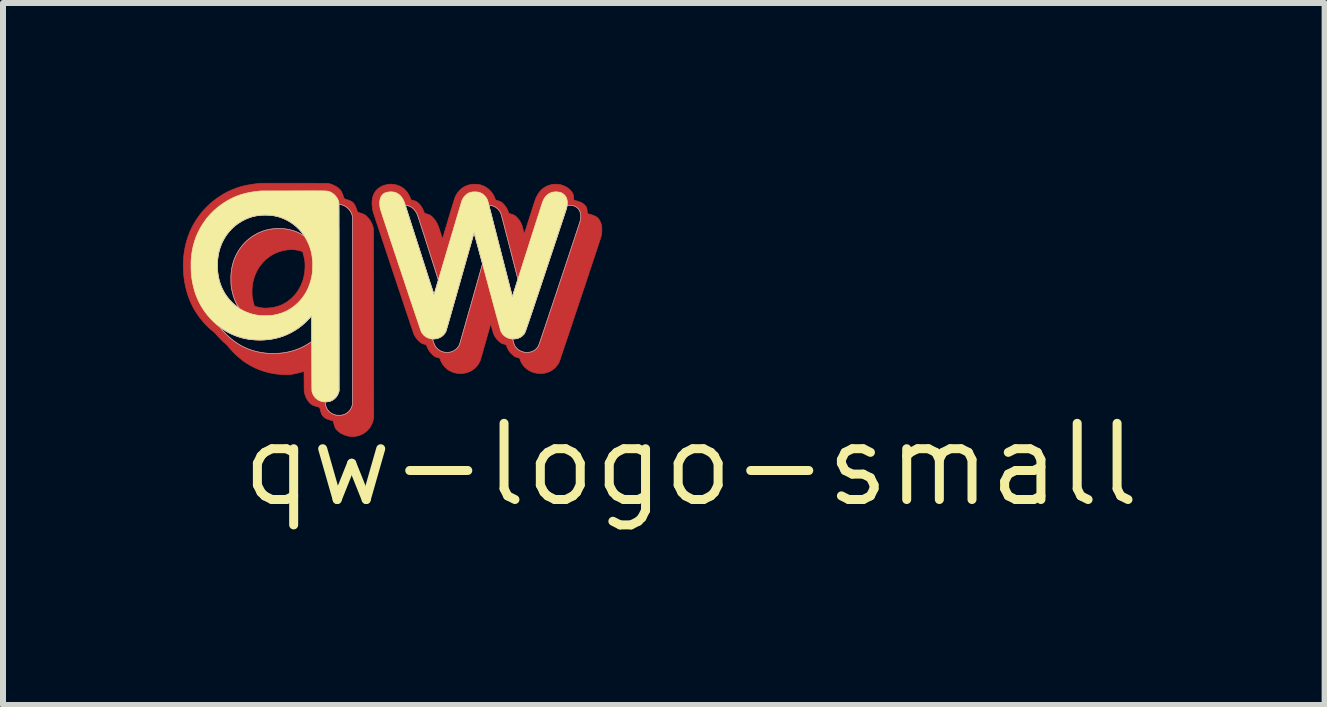
<source format=kicad_pcb>
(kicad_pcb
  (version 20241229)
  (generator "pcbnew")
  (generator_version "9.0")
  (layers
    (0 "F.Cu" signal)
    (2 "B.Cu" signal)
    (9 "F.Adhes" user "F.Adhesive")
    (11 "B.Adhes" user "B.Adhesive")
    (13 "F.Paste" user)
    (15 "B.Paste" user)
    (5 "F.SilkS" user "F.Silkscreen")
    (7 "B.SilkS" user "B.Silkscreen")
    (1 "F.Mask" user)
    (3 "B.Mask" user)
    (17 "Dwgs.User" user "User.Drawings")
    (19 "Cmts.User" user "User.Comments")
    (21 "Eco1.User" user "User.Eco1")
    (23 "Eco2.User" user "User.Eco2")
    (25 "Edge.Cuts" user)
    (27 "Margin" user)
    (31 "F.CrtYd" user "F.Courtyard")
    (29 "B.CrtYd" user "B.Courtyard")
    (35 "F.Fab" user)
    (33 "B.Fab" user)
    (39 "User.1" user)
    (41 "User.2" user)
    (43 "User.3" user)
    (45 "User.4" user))
  (footprint "qw-logo-small"
    (layer "F.Cu")
    (at 8.468 4.698)
    (property "Reference" "qw-logo-small" (at 0 0 0) (layer "F.SilkS") (effects (font (size 1.27 1.27) (thickness 0.15))))
    (attr through_hole)
    (fp_poly (pts (xy -6.555 -4.693) (xy -6.497 -4.693) (xy -6.443 -4.693) (xy -6.394 -4.693) (xy -6.35 -4.693) (xy -6.309 -4.693) (xy -6.272 -4.693) (xy -6.239 -4.692) (xy -6.209 -4.692) (xy -6.183 -4.692) (xy -6.159 -4.692) (xy -6.139 -4.692) (xy -6.12 -4.692) (xy -6.105 -4.692) (xy -6.091 -4.691) (xy -6.08 -4.691) (xy -6.071 -4.691) (xy -6.063 -4.691) (xy -6.056 -4.69) (xy -6.051 -4.69) (xy -6.046 -4.69) (xy -6.042 -4.689) (xy -6.039 -4.689) (xy -6.037 -4.688) (xy -6.035 -4.688) (xy -6.002 -4.679) (xy -5.969 -4.667) (xy -5.937 -4.652) (xy -5.908 -4.635) (xy -5.892 -4.624) (xy -5.876 -4.612) (xy -5.862 -4.6) (xy -5.85 -4.588) (xy -5.839 -4.576) (xy -5.83 -4.562) (xy -5.821 -4.546) (xy -5.813 -4.527) (xy -5.804 -4.505) (xy -5.795 -4.479) (xy -5.793 -4.473) (xy -5.788 -4.46) (xy -5.784 -4.449) (xy -5.78 -4.441) (xy -5.778 -4.436) (xy -5.778 -4.436) (xy -5.774 -4.434) (xy -5.767 -4.431) (xy -5.757 -4.428) (xy -5.745 -4.424) (xy -5.743 -4.423) (xy -5.712 -4.413) (xy -5.686 -4.403) (xy -5.663 -4.392) (xy -5.645 -4.381) (xy -5.63 -4.368) (xy -5.622 -4.36) (xy -5.613 -4.347) (xy -5.602 -4.33) (xy -5.592 -4.308) (xy -5.581 -4.282) (xy -5.572 -4.257) (xy -5.567 -4.244) (xy -5.563 -4.231) (xy -5.559 -4.222) (xy -5.557 -4.215) (xy -5.556 -4.214) (xy -5.553 -4.211) (xy -5.546 -4.207) (xy -5.539 -4.205) (xy -5.51 -4.197) (xy -5.484 -4.188) (xy -5.462 -4.179) (xy -5.444 -4.171) (xy -5.434 -4.166) (xy -5.425 -4.16) (xy -5.416 -4.153) (xy -5.407 -4.144) (xy -5.396 -4.134) (xy -5.368 -4.102) (xy -5.343 -4.067) (xy -5.323 -4.031) (xy -5.307 -3.994) (xy -5.296 -3.955) (xy -5.29 -3.917) (xy -5.29 -3.913) (xy -5.29 -3.905) (xy -5.29 -3.892) (xy -5.29 -3.874) (xy -5.289 -3.852) (xy -5.289 -3.825) (xy -5.289 -3.795) (xy -5.289 -3.76) (xy -5.289 -3.721) (xy -5.289 -3.678) (xy -5.289 -3.631) (xy -5.289 -3.581) (xy -5.289 -3.528) (xy -5.289 -3.471) (xy -5.289 -3.411) (xy -5.289 -3.348) (xy -5.289 -3.283) (xy -5.289 -3.214) (xy -5.288 -3.143) (xy -5.288 -3.07) (xy -5.288 -2.994) (xy -5.288 -2.916) (xy -5.288 -2.836) (xy -5.288 -2.754) (xy -5.288 -2.671) (xy -5.288 -2.585) (xy -5.288 -2.499) (xy -5.288 -2.411) (xy -5.288 -2.342) (xy -5.287 -0.781) (xy -5.293 -0.757) (xy -5.304 -0.716) (xy -5.319 -0.678) (xy -5.337 -0.643) (xy -5.358 -0.611) (xy -5.384 -0.581) (xy -5.388 -0.576) (xy -5.42 -0.548) (xy -5.454 -0.523) (xy -5.49 -0.504) (xy -5.529 -0.488) (xy -5.571 -0.477) (xy -5.591 -0.474) (xy -5.608 -0.472) (xy -5.626 -0.471) (xy -5.645 -0.47) (xy -5.662 -0.471) (xy -5.676 -0.472) (xy -5.72 -0.479) (xy -5.762 -0.491) (xy -5.802 -0.507) (xy -5.838 -0.526) (xy -5.871 -0.55) (xy -5.895 -0.571) (xy -5.907 -0.583) (xy -5.917 -0.596) (xy -5.925 -0.609) (xy -5.933 -0.624) (xy -5.94 -0.642) (xy -5.946 -0.663) (xy -5.952 -0.686) (xy -5.956 -0.7) (xy -5.96 -0.713) (xy -5.963 -0.723) (xy -5.966 -0.729) (xy -5.967 -0.732) (xy -5.971 -0.733) (xy -5.978 -0.736) (xy -5.987 -0.738) (xy -5.988 -0.738) (xy -6.018 -0.746) (xy -6.044 -0.754) (xy -6.066 -0.762) (xy -6.085 -0.771) (xy -6.101 -0.781) (xy -6.116 -0.792) (xy -6.124 -0.8) (xy -6.134 -0.811) (xy -6.143 -0.822) (xy -6.151 -0.834) (xy -6.157 -0.849) (xy -6.164 -0.865) (xy -6.17 -0.885) (xy -6.177 -0.909) (xy -6.189 -0.956) (xy -6.229 -0.967) (xy -6.256 -0.975) (xy -6.28 -0.983) (xy -6.3 -0.991) (xy -6.316 -1) (xy -6.331 -1.009) (xy -6.345 -1.02) (xy -6.358 -1.033) (xy -6.359 -1.035) (xy -6.368 -1.046) (xy -6.095 -1.046) (xy -6.093 -1.025) (xy -6.088 -0.992) (xy -6.078 -0.961) (xy -6.064 -0.932) (xy -6.046 -0.906) (xy -6.024 -0.883) (xy -5.999 -0.864) (xy -5.97 -0.848) (xy -5.939 -0.836) (xy -5.915 -0.829) (xy -5.902 -0.827) (xy -5.885 -0.826) (xy -5.867 -0.826) (xy -5.848 -0.826) (xy -5.83 -0.827) (xy -5.816 -0.829) (xy -5.815 -0.83) (xy -5.784 -0.838) (xy -5.757 -0.85) (xy -5.732 -0.866) (xy -5.712 -0.884) (xy -5.692 -0.904) (xy -5.676 -0.924) (xy -5.664 -0.946) (xy -5.654 -0.97) (xy -5.65 -0.982) (xy -5.643 -1.005) (xy -5.643 -4.139) (xy -5.648 -4.159) (xy -5.659 -4.187) (xy -5.673 -4.215) (xy -5.691 -4.241) (xy -5.711 -4.265) (xy -5.735 -4.287) (xy -5.759 -4.305) (xy -5.785 -4.319) (xy -5.794 -4.323) (xy -5.806 -4.327) (xy -5.821 -4.331) (xy -5.835 -4.335) (xy -5.848 -4.337) (xy -5.858 -4.338) (xy -5.859 -4.338) (xy -5.866 -4.338) (xy -5.864 -1.233) (xy -5.869 -1.213) (xy -5.881 -1.18) (xy -5.897 -1.151) (xy -5.916 -1.124) (xy -5.933 -1.107) (xy -5.957 -1.086) (xy -5.983 -1.07) (xy -6.011 -1.058) (xy -6.041 -1.051) (xy -6.071 -1.047) (xy -6.095 -1.046) (xy -6.368 -1.046) (xy -6.385 -1.067) (xy -6.406 -1.101) (xy -6.423 -1.139) (xy -6.437 -1.18) (xy -6.442 -1.2) (xy -6.443 -1.205) (xy -6.444 -1.21) (xy -6.445 -1.215) (xy -6.446 -1.221) (xy -6.446 -1.229) (xy -6.447 -1.238) (xy -6.447 -1.249) (xy -6.447 -1.263) (xy -6.448 -1.279) (xy -6.448 -1.299) (xy -6.448 -1.323) (xy -6.448 -1.351) (xy -6.448 -1.384) (xy -6.448 -1.389) (xy -6.449 -1.417) (xy -6.449 -1.444) (xy -6.449 -1.469) (xy -6.449 -1.492) (xy -6.45 -1.512) (xy -6.45 -1.528) (xy -6.45 -1.541) (xy -6.45 -1.55) (xy -6.451 -1.554) (xy -6.451 -1.554) (xy -6.454 -1.554) (xy -6.461 -1.552) (xy -6.471 -1.55) (xy -6.485 -1.546) (xy -6.5 -1.542) (xy -6.516 -1.538) (xy -6.554 -1.528) (xy -6.589 -1.52) (xy -6.62 -1.514) (xy -6.648 -1.509) (xy -6.675 -1.505) (xy -6.701 -1.503) (xy -6.728 -1.501) (xy -6.755 -1.501) (xy -6.783 -1.502) (xy -6.814 -1.503) (xy -6.821 -1.504) (xy -6.901 -1.511) (xy -6.979 -1.523) (xy -7.055 -1.54) (xy -7.129 -1.561) (xy -7.201 -1.586) (xy -7.27 -1.616) (xy -7.337 -1.65) (xy -7.401 -1.688) (xy -7.416 -1.697) (xy -7.475 -1.739) (xy -7.533 -1.786) (xy -7.589 -1.836) (xy -7.642 -1.889) (xy -7.691 -1.944) (xy -7.719 -1.977) (xy -7.727 -1.987) (xy -7.738 -1.998) (xy -7.75 -2.01) (xy -7.762 -2.021) (xy -7.763 -2.022) (xy -7.777 -2.034) (xy -7.794 -2.049) (xy -7.813 -2.067) (xy -7.832 -2.086) (xy -7.851 -2.106) (xy -7.87 -2.125) (xy -7.887 -2.143) (xy -7.902 -2.159) (xy -7.911 -2.169) (xy -7.923 -2.183) (xy -7.936 -2.197) (xy -7.949 -2.209) (xy -7.957 -2.216) (xy -8.018 -2.267) (xy -8.042 -2.29) (xy -7.846 -2.29) (xy -7.844 -2.287) (xy -7.84 -2.281) (xy -7.833 -2.272) (xy -7.824 -2.261) (xy -7.813 -2.249) (xy -7.802 -2.236) (xy -7.79 -2.223) (xy -7.778 -2.21) (xy -7.766 -2.198) (xy -7.756 -2.187) (xy -7.704 -2.137) (xy -7.652 -2.092) (xy -7.598 -2.051) (xy -7.542 -2.014) (xy -7.485 -1.981) (xy -7.425 -1.952) (xy -7.379 -1.932) (xy -7.322 -1.912) (xy -7.263 -1.894) (xy -7.202 -1.88) (xy -7.142 -1.869) (xy -7.083 -1.862) (xy -7.08 -1.862) (xy -7.067 -1.861) (xy -7.055 -1.86) (xy -7.045 -1.859) (xy -7.039 -1.858) (xy -7.038 -1.858) (xy -7.03 -1.858) (xy -7.017 -1.857) (xy -7.001 -1.857) (xy -6.983 -1.857) (xy -6.963 -1.857) (xy -6.942 -1.857) (xy -6.921 -1.858) (xy -6.901 -1.858) (xy -6.884 -1.859) (xy -6.868 -1.86) (xy -6.858 -1.861) (xy -6.79 -1.868) (xy -6.726 -1.879) (xy -6.664 -1.894) (xy -6.603 -1.912) (xy -6.542 -1.934) (xy -6.537 -1.936) (xy -6.501 -1.951) (xy -6.466 -1.968) (xy -6.433 -1.985) (xy -6.398 -2.006) (xy -6.362 -2.029) (xy -6.358 -2.031) (xy -6.322 -2.055) (xy -6.322 -2.477) (xy -6.331 -2.469) (xy -6.335 -2.465) (xy -6.342 -2.458) (xy -6.352 -2.449) (xy -6.363 -2.438) (xy -6.376 -2.425) (xy -6.39 -2.411) (xy -6.394 -2.407) (xy -6.421 -2.38) (xy -6.446 -2.357) (xy -6.469 -2.336) (xy -6.492 -2.317) (xy -6.515 -2.298) (xy -6.539 -2.28) (xy -6.566 -2.262) (xy -6.575 -2.256) (xy -6.637 -2.218) (xy -6.701 -2.184) (xy -6.767 -2.155) (xy -6.836 -2.13) (xy -6.906 -2.111) (xy -6.978 -2.095) (xy -7.052 -2.085) (xy -7.128 -2.079) (xy -7.186 -2.078) (xy -7.263 -2.08) (xy -7.338 -2.087) (xy -7.411 -2.098) (xy -7.482 -2.114) (xy -7.552 -2.135) (xy -7.619 -2.161) (xy -7.673 -2.185) (xy -7.705 -2.2) (xy -7.733 -2.215) (xy -7.758 -2.23) (xy -7.782 -2.245) (xy -7.806 -2.261) (xy -7.826 -2.276) (xy -7.835 -2.283) (xy -7.841 -2.287) (xy -7.845 -2.29) (xy -7.846 -2.29) (xy -8.042 -2.29) (xy -8.075 -2.322) (xy -8.13 -2.381) (xy -8.181 -2.443) (xy -8.228 -2.508) (xy -8.272 -2.575) (xy -8.278 -2.585) (xy -8.297 -2.62) (xy -8.317 -2.66) (xy -8.337 -2.702) (xy -8.355 -2.745) (xy -8.372 -2.789) (xy -8.387 -2.832) (xy -8.389 -2.837) (xy -8.411 -2.912) (xy -8.429 -2.99) (xy -8.444 -3.07) (xy -8.454 -3.15) (xy -8.46 -3.232) (xy -8.463 -3.314) (xy -8.462 -3.348) (xy -7.893 -3.348) (xy -7.892 -3.286) (xy -7.889 -3.225) (xy -7.881 -3.164) (xy -7.876 -3.137) (xy -7.862 -3.073) (xy -7.843 -3.012) (xy -7.82 -2.954) (xy -7.794 -2.9) (xy -7.763 -2.848) (xy -7.759 -2.841) (xy -7.723 -2.791) (xy -7.685 -2.745) (xy -7.643 -2.702) (xy -7.599 -2.662) (xy -7.563 -2.634) (xy -7.554 -2.627) (xy -7.545 -2.621) (xy -7.54 -2.616) (xy -7.537 -2.615) (xy -7.537 -2.615) (xy -7.538 -2.617) (xy -7.541 -2.623) (xy -7.546 -2.63) (xy -7.55 -2.637) (xy -7.573 -2.675) (xy -7.594 -2.717) (xy -7.612 -2.763) (xy -7.629 -2.811) (xy -7.643 -2.863) (xy -7.647 -2.88) (xy -7.316 -2.88) (xy -7.316 -2.855) (xy -7.315 -2.833) (xy -7.314 -2.813) (xy -7.311 -2.794) (xy -7.308 -2.772) (xy -7.303 -2.749) (xy -7.3 -2.733) (xy -7.296 -2.717) (xy -7.292 -2.701) (xy -7.288 -2.685) (xy -7.284 -2.671) (xy -7.28 -2.659) (xy -7.277 -2.65) (xy -7.275 -2.645) (xy -7.274 -2.644) (xy -7.271 -2.643) (xy -7.263 -2.64) (xy -7.252 -2.637) (xy -7.238 -2.634) (xy -7.224 -2.63) (xy -7.208 -2.627) (xy -7.193 -2.623) (xy -7.18 -2.62) (xy -7.169 -2.618) (xy -7.16 -2.616) (xy -7.159 -2.616) (xy -7.128 -2.613) (xy -7.097 -2.611) (xy -7.064 -2.612) (xy -7.033 -2.614) (xy -6.976 -2.621) (xy -6.921 -2.632) (xy -6.869 -2.647) (xy -6.819 -2.667) (xy -6.772 -2.692) (xy -6.738 -2.712) (xy -6.691 -2.747) (xy -6.647 -2.785) (xy -6.607 -2.827) (xy -6.571 -2.871) (xy -6.539 -2.919) (xy -6.511 -2.97) (xy -6.487 -3.023) (xy -6.467 -3.078) (xy -6.452 -3.136) (xy -6.448 -3.155) (xy -6.443 -3.184) (xy -6.439 -3.21) (xy -6.436 -3.237) (xy -6.434 -3.263) (xy -6.433 -3.293) (xy -6.433 -3.315) (xy -6.433 -3.336) (xy -6.433 -3.353) (xy -6.434 -3.368) (xy -6.435 -3.38) (xy -6.436 -3.393) (xy -6.438 -3.405) (xy -6.439 -3.41) (xy -6.442 -3.426) (xy -6.446 -3.446) (xy -6.45 -3.467) (xy -6.456 -3.49) (xy -6.461 -3.512) (xy -6.467 -3.531) (xy -6.47 -3.543) (xy -6.473 -3.555) (xy -6.499 -3.562) (xy -6.532 -3.571) (xy -6.563 -3.577) (xy -6.591 -3.582) (xy -6.618 -3.585) (xy -6.645 -3.586) (xy -6.673 -3.586) (xy -6.676 -3.586) (xy -6.734 -3.581) (xy -6.79 -3.572) (xy -6.843 -3.558) (xy -6.895 -3.54) (xy -6.945 -3.517) (xy -6.994 -3.49) (xy -7.042 -3.457) (xy -7.046 -3.454) (xy -7.089 -3.419) (xy -7.129 -3.379) (xy -7.165 -3.337) (xy -7.199 -3.291) (xy -7.228 -3.243) (xy -7.253 -3.192) (xy -7.274 -3.14) (xy -7.291 -3.086) (xy -7.291 -3.085) (xy -7.301 -3.042) (xy -7.308 -3.001) (xy -7.313 -2.959) (xy -7.315 -2.916) (xy -7.316 -2.88) (xy -7.647 -2.88) (xy -7.655 -2.916) (xy -7.664 -2.97) (xy -7.666 -2.985) (xy -7.667 -2.998) (xy -7.668 -3.016) (xy -7.669 -3.037) (xy -7.67 -3.06) (xy -7.67 -3.083) (xy -7.67 -3.107) (xy -7.67 -3.13) (xy -7.67 -3.151) (xy -7.669 -3.168) (xy -7.668 -3.176) (xy -7.661 -3.242) (xy -7.65 -3.305) (xy -7.635 -3.366) (xy -7.616 -3.423) (xy -7.592 -3.479) (xy -7.564 -3.534) (xy -7.532 -3.586) (xy -7.525 -3.596) (xy -7.488 -3.646) (xy -7.447 -3.693) (xy -7.403 -3.737) (xy -7.356 -3.776) (xy -7.307 -3.812) (xy -7.254 -3.844) (xy -7.2 -3.871) (xy -7.143 -3.894) (xy -7.085 -3.913) (xy -7.026 -3.926) (xy -7.012 -3.929) (xy -6.987 -3.933) (xy -6.963 -3.936) (xy -6.94 -3.938) (xy -6.915 -3.939) (xy -6.888 -3.939) (xy -6.858 -3.939) (xy -6.851 -3.939) (xy -6.822 -3.938) (xy -6.797 -3.937) (xy -6.775 -3.935) (xy -6.754 -3.933) (xy -6.733 -3.93) (xy -6.711 -3.925) (xy -6.692 -3.921) (xy -6.655 -3.912) (xy -6.618 -3.901) (xy -6.58 -3.887) (xy -6.544 -3.872) (xy -6.51 -3.855) (xy -6.479 -3.838) (xy -6.462 -3.828) (xy -6.456 -3.824) (xy -6.452 -3.822) (xy -6.452 -3.822) (xy -6.453 -3.825) (xy -6.458 -3.832) (xy -6.464 -3.841) (xy -6.473 -3.853) (xy -6.483 -3.866) (xy -6.494 -3.879) (xy -6.506 -3.893) (xy -6.517 -3.907) (xy -6.528 -3.919) (xy -6.531 -3.922) (xy -6.563 -3.955) (xy -6.599 -3.986) (xy -6.639 -4.017) (xy -6.681 -4.045) (xy -6.724 -4.071) (xy -6.769 -4.093) (xy -6.809 -4.111) (xy -6.864 -4.129) (xy -6.921 -4.144) (xy -6.979 -4.154) (xy -7.039 -4.16) (xy -7.1 -4.162) (xy -7.16 -4.16) (xy -7.221 -4.153) (xy -7.28 -4.142) (xy -7.33 -4.128) (xy -7.379 -4.111) (xy -7.429 -4.09) (xy -7.478 -4.065) (xy -7.525 -4.037) (xy -7.56 -4.013) (xy -7.609 -3.974) (xy -7.655 -3.931) (xy -7.698 -3.885) (xy -7.736 -3.835) (xy -7.771 -3.783) (xy -7.802 -3.728) (xy -7.828 -3.67) (xy -7.85 -3.61) (xy -7.857 -3.586) (xy -7.871 -3.53) (xy -7.882 -3.471) (xy -7.889 -3.411) (xy -7.893 -3.348) (xy -8.462 -3.348) (xy -8.461 -3.396) (xy -8.455 -3.476) (xy -8.445 -3.555) (xy -8.431 -3.632) (xy -8.425 -3.66) (xy -8.404 -3.74) (xy -8.378 -3.818) (xy -8.349 -3.893) (xy -8.315 -3.965) (xy -8.276 -4.035) (xy -8.233 -4.103) (xy -8.185 -4.169) (xy -8.138 -4.227) (xy -8.087 -4.284) (xy -8.032 -4.337) (xy -7.973 -4.388) (xy -7.912 -4.435) (xy -7.848 -4.479) (xy -7.783 -4.519) (xy -7.715 -4.555) (xy -7.646 -4.586) (xy -7.576 -4.613) (xy -7.548 -4.623) (xy -7.512 -4.634) (xy -7.476 -4.643) (xy -7.441 -4.652) (xy -7.404 -4.66) (xy -7.365 -4.667) (xy -7.324 -4.674) (xy -7.279 -4.68) (xy -7.238 -4.686) (xy -7.179 -4.693) (xy -6.618 -4.693) (xy -6.555 -4.693)) (stroke (width 0.01) (type solid)) (fill yes) (layer "F.Cu"))
    (fp_poly (pts (xy -4.98 -4.677) (xy -4.937 -4.672) (xy -4.897 -4.662) (xy -4.859 -4.648) (xy -4.824 -4.63) (xy -4.791 -4.608) (xy -4.765 -4.585) (xy -4.742 -4.56) (xy -4.72 -4.531) (xy -4.7 -4.496) (xy -4.681 -4.458) (xy -4.673 -4.439) (xy -4.665 -4.417) (xy -4.632 -4.408) (xy -4.611 -4.402) (xy -4.593 -4.396) (xy -4.579 -4.389) (xy -4.566 -4.382) (xy -4.554 -4.373) (xy -4.542 -4.362) (xy -4.537 -4.357) (xy -4.516 -4.335) (xy -4.498 -4.31) (xy -4.481 -4.283) (xy -4.465 -4.252) (xy -4.45 -4.217) (xy -4.44 -4.193) (xy -4.406 -4.183) (xy -4.387 -4.177) (xy -4.371 -4.171) (xy -4.358 -4.166) (xy -4.348 -4.161) (xy -4.338 -4.154) (xy -4.329 -4.148) (xy -4.303 -4.124) (xy -4.278 -4.096) (xy -4.255 -4.064) (xy -4.234 -4.029) (xy -4.23 -4.021) (xy -4.225 -4.01) (xy -4.22 -3.999) (xy -4.215 -3.987) (xy -4.21 -3.975) (xy -4.205 -3.962) (xy -4.199 -3.946) (xy -4.193 -3.928) (xy -4.186 -3.907) (xy -4.178 -3.882) (xy -4.17 -3.857) (xy -4.162 -3.832) (xy -4.155 -3.81) (xy -4.15 -3.794) (xy -4.145 -3.782) (xy -4.142 -3.774) (xy -4.14 -3.771) (xy -4.14 -3.771) (xy -4.139 -3.774) (xy -4.136 -3.782) (xy -4.133 -3.793) (xy -4.128 -3.809) (xy -4.122 -3.829) (xy -4.115 -3.852) (xy -4.108 -3.878) (xy -4.099 -3.907) (xy -4.089 -3.939) (xy -4.079 -3.973) (xy -4.069 -4.009) (xy -4.057 -4.046) (xy -4.046 -4.086) (xy -4.04 -4.106) (xy -4.027 -4.149) (xy -4.015 -4.19) (xy -4.003 -4.23) (xy -3.992 -4.267) (xy -3.981 -4.302) (xy -3.975 -4.322) (xy -3.365 -4.322) (xy -3.365 -4.319) (xy -3.364 -4.318) (xy -3.364 -4.316) (xy -3.362 -4.308) (xy -3.359 -4.296) (xy -3.355 -4.28) (xy -3.349 -4.26) (xy -3.343 -4.236) (xy -3.336 -4.209) (xy -3.328 -4.178) (xy -3.32 -4.145) (xy -3.31 -4.108) (xy -3.3 -4.069) (xy -3.289 -4.027) (xy -3.278 -3.983) (xy -3.266 -3.938) (xy -3.254 -3.89) (xy -3.242 -3.842) (xy -3.229 -3.792) (xy -3.216 -3.741) (xy -3.203 -3.689) (xy -3.189 -3.637) (xy -3.176 -3.584) (xy -3.162 -3.531) (xy -3.149 -3.479) (xy -3.135 -3.427) (xy -3.122 -3.375) (xy -3.109 -3.325) (xy -3.096 -3.275) (xy -3.084 -3.227) (xy -3.072 -3.18) (xy -3.061 -3.136) (xy -3.05 -3.093) (xy -3.039 -3.052) (xy -3.029 -3.014) (xy -3.02 -2.979) (xy -3.012 -2.946) (xy -3.004 -2.917) (xy -2.998 -2.891) (xy -2.992 -2.869) (xy -2.987 -2.851) (xy -2.984 -2.836) (xy -2.981 -2.826) (xy -2.98 -2.822) (xy -2.978 -2.814) (xy -2.976 -2.809) (xy -2.976 -2.807) (xy -2.975 -2.81) (xy -2.972 -2.817) (xy -2.969 -2.828) (xy -2.964 -2.842) (xy -2.959 -2.86) (xy -2.952 -2.88) (xy -2.945 -2.902) (xy -2.937 -2.927) (xy -2.93 -2.949) (xy -2.885 -3.091) (xy -3.021 -3.622) (xy -3.034 -3.674) (xy -3.047 -3.724) (xy -3.06 -3.772) (xy -3.072 -3.819) (xy -3.084 -3.864) (xy -3.095 -3.908) (xy -3.105 -3.948) (xy -3.115 -3.987) (xy -3.124 -4.022) (xy -3.133 -4.055) (xy -3.14 -4.084) (xy -3.147 -4.109) (xy -3.153 -4.131) (xy -3.158 -4.149) (xy -3.161 -4.163) (xy -3.164 -4.172) (xy -3.165 -4.177) (xy -3.175 -4.201) (xy -3.186 -4.222) (xy -3.201 -4.242) (xy -3.219 -4.262) (xy -3.233 -4.274) (xy -3.258 -4.292) (xy -3.284 -4.306) (xy -3.314 -4.316) (xy -3.346 -4.322) (xy -3.35 -4.322) (xy -3.359 -4.323) (xy -3.363 -4.323) (xy -3.365 -4.322) (xy -3.975 -4.322) (xy -3.971 -4.334) (xy -3.962 -4.363) (xy -3.954 -4.389) (xy -3.947 -4.411) (xy -3.942 -4.43) (xy -3.937 -4.444) (xy -3.934 -4.455) (xy -3.932 -4.46) (xy -3.912 -4.499) (xy -3.889 -4.535) (xy -3.862 -4.568) (xy -3.832 -4.597) (xy -3.814 -4.612) (xy -3.8 -4.622) (xy -3.782 -4.632) (xy -3.763 -4.642) (xy -3.743 -4.651) (xy -3.724 -4.658) (xy -3.712 -4.662) (xy -3.671 -4.672) (xy -3.63 -4.677) (xy -3.588 -4.677) (xy -3.548 -4.674) (xy -3.508 -4.666) (xy -3.47 -4.654) (xy -3.435 -4.638) (xy -3.426 -4.632) (xy -3.39 -4.609) (xy -3.358 -4.582) (xy -3.329 -4.551) (xy -3.304 -4.518) (xy -3.283 -4.482) (xy -3.267 -4.444) (xy -3.264 -4.436) (xy -3.261 -4.427) (xy -3.258 -4.419) (xy -3.256 -4.414) (xy -3.256 -4.413) (xy -3.253 -4.412) (xy -3.246 -4.41) (xy -3.237 -4.407) (xy -3.225 -4.404) (xy -3.221 -4.403) (xy -3.201 -4.397) (xy -3.184 -4.391) (xy -3.17 -4.385) (xy -3.157 -4.377) (xy -3.144 -4.367) (xy -3.141 -4.365) (xy -3.113 -4.336) (xy -3.087 -4.304) (xy -3.066 -4.269) (xy -3.048 -4.231) (xy -3.043 -4.216) (xy -3.034 -4.19) (xy -3.001 -4.181) (xy -2.981 -4.175) (xy -2.964 -4.169) (xy -2.951 -4.163) (xy -2.939 -4.157) (xy -2.927 -4.149) (xy -2.918 -4.141) (xy -2.891 -4.115) (xy -2.867 -4.086) (xy -2.845 -4.054) (xy -2.828 -4.021) (xy -2.818 -3.998) (xy -2.816 -3.99) (xy -2.812 -3.979) (xy -2.808 -3.964) (xy -2.804 -3.947) (xy -2.799 -3.929) (xy -2.796 -3.918) (xy -2.792 -3.901) (xy -2.788 -3.886) (xy -2.785 -3.872) (xy -2.782 -3.862) (xy -2.78 -3.855) (xy -2.779 -3.852) (xy -2.778 -3.854) (xy -2.776 -3.86) (xy -2.772 -3.872) (xy -2.766 -3.888) (xy -2.759 -3.909) (xy -2.75 -3.935) (xy -2.74 -3.965) (xy -2.729 -4.001) (xy -2.716 -4.041) (xy -2.701 -4.087) (xy -2.69 -4.123) (xy -2.675 -4.168) (xy -2.662 -4.209) (xy -2.651 -4.245) (xy -2.64 -4.278) (xy -2.631 -4.307) (xy -2.623 -4.332) (xy -2.616 -4.354) (xy -2.609 -4.374) (xy -2.604 -4.39) (xy -2.599 -4.405) (xy -2.594 -4.417) (xy -2.59 -4.428) (xy -2.587 -4.437) (xy -2.584 -4.445) (xy -2.581 -4.452) (xy -2.578 -4.459) (xy -2.575 -4.465) (xy -2.572 -4.471) (xy -2.57 -4.474) (xy -2.553 -4.505) (xy -2.533 -4.535) (xy -2.511 -4.563) (xy -2.487 -4.587) (xy -2.463 -4.608) (xy -2.45 -4.617) (xy -2.415 -4.638) (xy -2.377 -4.655) (xy -2.337 -4.667) (xy -2.313 -4.673) (xy -2.295 -4.675) (xy -2.273 -4.677) (xy -2.25 -4.677) (xy -2.228 -4.676) (xy -2.207 -4.675) (xy -2.193 -4.673) (xy -2.155 -4.664) (xy -2.119 -4.651) (xy -2.085 -4.635) (xy -2.054 -4.616) (xy -2.026 -4.594) (xy -2.001 -4.569) (xy -1.981 -4.542) (xy -1.968 -4.52) (xy -1.963 -4.51) (xy -1.96 -4.5) (xy -1.957 -4.489) (xy -1.955 -4.475) (xy -1.954 -4.459) (xy -1.953 -4.449) (xy -1.953 -4.437) (xy -1.952 -4.426) (xy -1.951 -4.418) (xy -1.95 -4.414) (xy -1.95 -4.413) (xy -1.947 -4.412) (xy -1.941 -4.41) (xy -1.931 -4.407) (xy -1.919 -4.404) (xy -1.917 -4.403) (xy -1.887 -4.394) (xy -1.861 -4.386) (xy -1.839 -4.377) (xy -1.82 -4.368) (xy -1.803 -4.358) (xy -1.789 -4.347) (xy -1.775 -4.335) (xy -1.773 -4.333) (xy -1.76 -4.32) (xy -1.751 -4.309) (xy -1.744 -4.298) (xy -1.743 -4.295) (xy -1.739 -4.286) (xy -1.735 -4.276) (xy -1.733 -4.266) (xy -1.731 -4.254) (xy -1.73 -4.239) (xy -1.728 -4.221) (xy -1.727 -4.206) (xy -1.726 -4.195) (xy -1.725 -4.189) (xy -1.724 -4.187) (xy -1.72 -4.186) (xy -1.713 -4.184) (xy -1.703 -4.181) (xy -1.69 -4.178) (xy -1.68 -4.175) (xy -1.65 -4.166) (xy -1.623 -4.156) (xy -1.601 -4.146) (xy -1.581 -4.136) (xy -1.564 -4.124) (xy -1.549 -4.111) (xy -1.542 -4.103) (xy -1.527 -4.084) (xy -1.514 -4.061) (xy -1.502 -4.033) (xy -1.493 -4.004) (xy -1.49 -3.991) (xy -1.488 -3.98) (xy -1.486 -3.97) (xy -1.485 -3.957) (xy -1.484 -3.943) (xy -1.484 -3.931) (xy -1.484 -3.896) (xy -1.486 -3.864) (xy -1.491 -3.832) (xy -1.497 -3.803) (xy -1.499 -3.798) (xy -1.502 -3.789) (xy -1.506 -3.775) (xy -1.512 -3.757) (xy -1.519 -3.736) (xy -1.528 -3.71) (xy -1.537 -3.68) (xy -1.548 -3.648) (xy -1.56 -3.612) (xy -1.573 -3.573) (xy -1.587 -3.531) (xy -1.601 -3.486) (xy -1.617 -3.439) (xy -1.633 -3.39) (xy -1.651 -3.338) (xy -1.668 -3.285) (xy -1.687 -3.23) (xy -1.705 -3.173) (xy -1.725 -3.115) (xy -1.744 -3.056) (xy -1.764 -2.996) (xy -1.784 -2.936) (xy -1.805 -2.874) (xy -1.825 -2.813) (xy -1.846 -2.751) (xy -1.867 -2.689) (xy -1.887 -2.627) (xy -1.908 -2.566) (xy -1.928 -2.506) (xy -1.948 -2.446) (xy -1.968 -2.387) (xy -1.987 -2.329) (xy -2.006 -2.273) (xy -2.024 -2.218) (xy -2.042 -2.165) (xy -2.059 -2.114) (xy -2.076 -2.065) (xy -2.091 -2.018) (xy -2.106 -1.974) (xy -2.12 -1.933) (xy -2.133 -1.894) (xy -2.145 -1.859) (xy -2.156 -1.826) (xy -2.166 -1.798) (xy -2.174 -1.772) (xy -2.181 -1.751) (xy -2.187 -1.734) (xy -2.192 -1.721) (xy -2.195 -1.712) (xy -2.196 -1.708) (xy -2.196 -1.708) (xy -2.216 -1.675) (xy -2.24 -1.643) (xy -2.261 -1.62) (xy -2.285 -1.598) (xy -2.309 -1.579) (xy -2.335 -1.563) (xy -2.363 -1.55) (xy -2.392 -1.539) (xy -2.42 -1.531) (xy -2.446 -1.525) (xy -2.473 -1.522) (xy -2.502 -1.521) (xy -2.511 -1.521) (xy -2.553 -1.523) (xy -2.594 -1.53) (xy -2.633 -1.541) (xy -2.67 -1.556) (xy -2.705 -1.575) (xy -2.737 -1.597) (xy -2.767 -1.623) (xy -2.793 -1.652) (xy -2.815 -1.684) (xy -2.834 -1.719) (xy -2.846 -1.75) (xy -2.849 -1.76) (xy -2.853 -1.769) (xy -2.855 -1.775) (xy -2.856 -1.777) (xy -2.859 -1.778) (xy -2.865 -1.78) (xy -2.875 -1.783) (xy -2.887 -1.786) (xy -2.887 -1.786) (xy -2.906 -1.791) (xy -2.922 -1.797) (xy -2.935 -1.803) (xy -2.947 -1.811) (xy -2.959 -1.82) (xy -2.988 -1.846) (xy -3.013 -1.871) (xy -3.033 -1.898) (xy -3.05 -1.927) (xy -3.065 -1.959) (xy -3.071 -1.976) (xy -3.075 -1.987) (xy -3.078 -1.995) (xy -3.081 -2.001) (xy -3.082 -2.002) (xy -3.086 -2.003) (xy -3.093 -2.005) (xy -3.103 -2.008) (xy -3.109 -2.009) (xy -3.126 -2.014) (xy -3.14 -2.018) (xy -3.151 -2.022) (xy -3.161 -2.028) (xy -3.172 -2.035) (xy -3.176 -2.038) (xy -3.206 -2.063) (xy -3.233 -2.091) (xy -3.235 -2.095) (xy -2.969 -2.095) (xy -2.968 -2.088) (xy -2.963 -2.071) (xy -2.958 -2.053) (xy -2.952 -2.034) (xy -2.947 -2.018) (xy -2.942 -2.003) (xy -2.937 -1.991) (xy -2.935 -1.986) (xy -2.926 -1.972) (xy -2.914 -1.956) (xy -2.9 -1.941) (xy -2.885 -1.927) (xy -2.87 -1.916) (xy -2.867 -1.914) (xy -2.844 -1.9) (xy -2.818 -1.889) (xy -2.792 -1.881) (xy -2.787 -1.879) (xy -2.766 -1.876) (xy -2.743 -1.875) (xy -2.719 -1.875) (xy -2.697 -1.877) (xy -2.687 -1.878) (xy -2.656 -1.887) (xy -2.626 -1.9) (xy -2.6 -1.916) (xy -2.576 -1.937) (xy -2.556 -1.961) (xy -2.54 -1.986) (xy -2.539 -1.99) (xy -2.536 -1.998) (xy -2.531 -2.011) (xy -2.525 -2.029) (xy -2.518 -2.05) (xy -2.509 -2.075) (xy -2.5 -2.104) (xy -2.489 -2.136) (xy -2.477 -2.171) (xy -2.464 -2.21) (xy -2.45 -2.251) (xy -2.435 -2.296) (xy -2.419 -2.342) (xy -2.403 -2.391) (xy -2.385 -2.443) (xy -2.368 -2.496) (xy -2.349 -2.551) (xy -2.33 -2.607) (xy -2.311 -2.665) (xy -2.291 -2.724) (xy -2.271 -2.783) (xy -2.251 -2.844) (xy -2.231 -2.905) (xy -2.21 -2.967) (xy -2.189 -3.029) (xy -2.169 -3.091) (xy -2.148 -3.152) (xy -2.128 -3.214) (xy -2.108 -3.274) (xy -2.088 -3.334) (xy -2.068 -3.393) (xy -2.049 -3.451) (xy -2.03 -3.508) (xy -2.012 -3.563) (xy -1.994 -3.616) (xy -1.977 -3.667) (xy -1.961 -3.717) (xy -1.946 -3.763) (xy -1.931 -3.808) (xy -1.917 -3.85) (xy -1.904 -3.888) (xy -1.893 -3.924) (xy -1.882 -3.957) (xy -1.872 -3.986) (xy -1.864 -4.011) (xy -1.857 -4.033) (xy -1.852 -4.05) (xy -1.847 -4.064) (xy -1.845 -4.073) (xy -1.844 -4.077) (xy -1.84 -4.096) (xy -1.838 -4.117) (xy -1.837 -4.139) (xy -1.838 -4.161) (xy -1.84 -4.18) (xy -1.843 -4.195) (xy -1.852 -4.223) (xy -1.866 -4.249) (xy -1.883 -4.271) (xy -1.903 -4.289) (xy -1.926 -4.303) (xy -1.941 -4.31) (xy -1.957 -4.315) (xy -1.974 -4.319) (xy -1.994 -4.321) (xy -2.016 -4.322) (xy -2.032 -4.323) (xy -2.045 -4.323) (xy -2.053 -4.322) (xy -2.059 -4.32) (xy -2.063 -4.317) (xy -2.065 -4.313) (xy -2.066 -4.307) (xy -2.066 -4.306) (xy -2.067 -4.297) (xy -2.07 -4.286) (xy -2.073 -4.274) (xy -2.073 -4.273) (xy -2.074 -4.269) (xy -2.077 -4.259) (xy -2.082 -4.246) (xy -2.087 -4.228) (xy -2.094 -4.206) (xy -2.103 -4.18) (xy -2.113 -4.151) (xy -2.123 -4.118) (xy -2.135 -4.082) (xy -2.148 -4.044) (xy -2.162 -4.002) (xy -2.177 -3.957) (xy -2.192 -3.91) (xy -2.209 -3.861) (xy -2.226 -3.81) (xy -2.243 -3.757) (xy -2.261 -3.702) (xy -2.28 -3.646) (xy -2.299 -3.588) (xy -2.319 -3.53) (xy -2.339 -3.47) (xy -2.359 -3.41) (xy -2.379 -3.349) (xy -2.4 -3.288) (xy -2.42 -3.226) (xy -2.441 -3.165) (xy -2.461 -3.104) (xy -2.481 -3.044) (xy -2.501 -2.983) (xy -2.521 -2.924) (xy -2.541 -2.866) (xy -2.56 -2.809) (xy -2.578 -2.754) (xy -2.596 -2.7) (xy -2.614 -2.647) (xy -2.631 -2.597) (xy -2.647 -2.549) (xy -2.662 -2.503) (xy -2.677 -2.46) (xy -2.69 -2.419) (xy -2.703 -2.382) (xy -2.715 -2.348) (xy -2.725 -2.316) (xy -2.735 -2.289) (xy -2.743 -2.265) (xy -2.749 -2.245) (xy -2.755 -2.229) (xy -2.759 -2.217) (xy -2.762 -2.21) (xy -2.763 -2.208) (xy -2.779 -2.181) (xy -2.8 -2.158) (xy -2.824 -2.138) (xy -2.851 -2.121) (xy -2.88 -2.109) (xy -2.913 -2.1) (xy -2.944 -2.096) (xy -2.969 -2.095) (xy -3.235 -2.095) (xy -3.256 -2.121) (xy -3.275 -2.153) (xy -3.289 -2.182) (xy -3.291 -2.189) (xy -3.295 -2.201) (xy -3.299 -2.215) (xy -3.304 -2.233) (xy -3.31 -2.252) (xy -3.315 -2.271) (xy -3.316 -2.275) (xy -3.321 -2.294) (xy -3.326 -2.31) (xy -3.33 -2.325) (xy -3.333 -2.336) (xy -3.335 -2.345) (xy -3.336 -2.348) (xy -3.337 -2.349) (xy -3.337 -2.346) (xy -3.339 -2.339) (xy -3.343 -2.328) (xy -3.347 -2.313) (xy -3.352 -2.294) (xy -3.359 -2.271) (xy -3.366 -2.246) (xy -3.374 -2.218) (xy -3.383 -2.187) (xy -3.392 -2.154) (xy -3.402 -2.119) (xy -3.412 -2.083) (xy -3.419 -2.06) (xy -3.429 -2.022) (xy -3.44 -1.986) (xy -3.45 -1.951) (xy -3.459 -1.918) (xy -3.468 -1.886) (xy -3.476 -1.857) (xy -3.484 -1.831) (xy -3.49 -1.808) (xy -3.496 -1.789) (xy -3.501 -1.773) (xy -3.504 -1.761) (xy -3.506 -1.753) (xy -3.507 -1.751) (xy -3.521 -1.716) (xy -3.539 -1.683) (xy -3.562 -1.651) (xy -3.588 -1.622) (xy -3.617 -1.596) (xy -3.649 -1.573) (xy -3.661 -1.566) (xy -3.696 -1.55) (xy -3.733 -1.536) (xy -3.772 -1.527) (xy -3.806 -1.522) (xy -3.824 -1.52) (xy -3.839 -1.519) (xy -3.853 -1.52) (xy -3.869 -1.521) (xy -3.88 -1.522) (xy -3.921 -1.528) (xy -3.962 -1.54) (xy -4.003 -1.557) (xy -4.037 -1.575) (xy -4.048 -1.582) (xy -4.058 -1.589) (xy -4.069 -1.598) (xy -4.081 -1.61) (xy -4.092 -1.62) (xy -4.104 -1.632) (xy -4.115 -1.645) (xy -4.125 -1.657) (xy -4.134 -1.667) (xy -4.137 -1.672) (xy -4.148 -1.689) (xy -4.158 -1.708) (xy -4.168 -1.728) (xy -4.176 -1.746) (xy -4.181 -1.759) (xy -4.187 -1.778) (xy -4.207 -1.783) (xy -4.227 -1.788) (xy -4.243 -1.793) (xy -4.255 -1.797) (xy -4.266 -1.802) (xy -4.275 -1.807) (xy -4.284 -1.814) (xy -4.294 -1.823) (xy -4.3 -1.828) (xy -4.33 -1.858) (xy -4.356 -1.889) (xy -4.377 -1.921) (xy -4.394 -1.956) (xy -4.402 -1.975) (xy -4.406 -1.985) (xy -4.409 -1.993) (xy -4.411 -1.998) (xy -4.412 -2) (xy -4.415 -2.001) (xy -4.422 -2.003) (xy -4.432 -2.006) (xy -4.443 -2.009) (xy -4.464 -2.015) (xy -4.481 -2.022) (xy -4.496 -2.03) (xy -4.51 -2.039) (xy -4.522 -2.05) (xy -4.553 -2.079) (xy -4.565 -2.095) (xy -4.305 -2.095) (xy -4.304 -2.091) (xy -4.302 -2.083) (xy -4.299 -2.073) (xy -4.294 -2.06) (xy -4.289 -2.047) (xy -4.284 -2.033) (xy -4.279 -2.02) (xy -4.275 -2.009) (xy -4.271 -2) (xy -4.269 -1.995) (xy -4.252 -1.967) (xy -4.231 -1.941) (xy -4.207 -1.92) (xy -4.179 -1.902) (xy -4.149 -1.888) (xy -4.119 -1.88) (xy -4.104 -1.877) (xy -4.085 -1.875) (xy -4.066 -1.875) (xy -4.047 -1.875) (xy -4.03 -1.876) (xy -4.024 -1.877) (xy -3.994 -1.885) (xy -3.965 -1.896) (xy -3.938 -1.912) (xy -3.914 -1.93) (xy -3.893 -1.951) (xy -3.875 -1.974) (xy -3.861 -1.999) (xy -3.855 -2.015) (xy -3.854 -2.019) (xy -3.851 -2.027) (xy -3.848 -2.04) (xy -3.843 -2.057) (xy -3.837 -2.078) (xy -3.83 -2.103) (xy -3.822 -2.131) (xy -3.813 -2.163) (xy -3.803 -2.199) (xy -3.792 -2.237) (xy -3.78 -2.278) (xy -3.768 -2.322) (xy -3.754 -2.368) (xy -3.741 -2.417) (xy -3.726 -2.467) (xy -3.711 -2.519) (xy -3.696 -2.573) (xy -3.68 -2.629) (xy -3.664 -2.686) (xy -3.663 -2.69) (xy -3.475 -3.352) (xy -3.544 -3.608) (xy -3.554 -3.643) (xy -3.563 -3.676) (xy -3.571 -3.708) (xy -3.58 -3.738) (xy -3.587 -3.765) (xy -3.594 -3.79) (xy -3.6 -3.812) (xy -3.605 -3.83) (xy -3.609 -3.845) (xy -3.612 -3.855) (xy -3.614 -3.862) (xy -3.614 -3.863) (xy -3.615 -3.861) (xy -3.618 -3.854) (xy -3.621 -3.844) (xy -3.625 -3.831) (xy -3.629 -3.815) (xy -3.634 -3.798) (xy -3.634 -3.798) (xy -3.654 -3.728) (xy -3.674 -3.657) (xy -3.694 -3.586) (xy -3.714 -3.515) (xy -3.734 -3.444) (xy -3.754 -3.374) (xy -3.774 -3.304) (xy -3.794 -3.235) (xy -3.813 -3.167) (xy -3.832 -3.1) (xy -3.851 -3.034) (xy -3.869 -2.969) (xy -3.887 -2.906) (xy -3.905 -2.844) (xy -3.921 -2.785) (xy -3.938 -2.727) (xy -3.954 -2.672) (xy -3.969 -2.619) (xy -3.983 -2.569) (xy -3.996 -2.522) (xy -4.009 -2.477) (xy -4.021 -2.435) (xy -4.032 -2.397) (xy -4.042 -2.362) (xy -4.051 -2.331) (xy -4.059 -2.304) (xy -4.065 -2.28) (xy -4.071 -2.261) (xy -4.075 -2.246) (xy -4.079 -2.235) (xy -4.08 -2.229) (xy -4.081 -2.228) (xy -4.091 -2.208) (xy -4.104 -2.187) (xy -4.121 -2.167) (xy -4.141 -2.148) (xy -4.162 -2.133) (xy -4.17 -2.127) (xy -4.194 -2.115) (xy -4.222 -2.106) (xy -4.25 -2.099) (xy -4.279 -2.096) (xy -4.29 -2.095) (xy -4.298 -2.095) (xy -4.304 -2.095) (xy -4.305 -2.095) (xy -4.565 -2.095) (xy -4.58 -2.112) (xy -4.603 -2.148) (xy -4.614 -2.169) (xy -4.616 -2.174) (xy -4.619 -2.183) (xy -4.624 -2.197) (xy -4.631 -2.216) (xy -4.638 -2.239) (xy -4.648 -2.267) (xy -4.659 -2.299) (xy -4.672 -2.336) (xy -4.686 -2.378) (xy -4.701 -2.425) (xy -4.719 -2.476) (xy -4.738 -2.532) (xy -4.758 -2.593) (xy -4.78 -2.658) (xy -4.803 -2.728) (xy -4.828 -2.803) (xy -4.855 -2.883) (xy -4.883 -2.967) (xy -4.913 -3.057) (xy -4.944 -3.151) (xy -4.959 -3.195) (xy -4.982 -3.265) (xy -5.005 -3.333) (xy -5.027 -3.4) (xy -5.049 -3.466) (xy -5.07 -3.529) (xy -5.091 -3.592) (xy -5.111 -3.652) (xy -5.13 -3.71) (xy -5.149 -3.766) (xy -5.167 -3.819) (xy -5.183 -3.87) (xy -5.199 -3.918) (xy -5.214 -3.963) (xy -5.228 -4.005) (xy -5.241 -4.043) (xy -5.253 -4.079) (xy -5.263 -4.11) (xy -5.272 -4.138) (xy -5.28 -4.162) (xy -5.287 -4.182) (xy -5.292 -4.198) (xy -5.296 -4.209) (xy -5.298 -4.216) (xy -5.298 -4.218) (xy -5.305 -4.249) (xy -5.31 -4.281) (xy -5.314 -4.315) (xy -5.314 -4.32) (xy -4.757 -4.32) (xy -4.757 -4.317) (xy -4.755 -4.313) (xy -4.752 -4.304) (xy -4.748 -4.29) (xy -4.743 -4.273) (xy -4.736 -4.252) (xy -4.728 -4.227) (xy -4.719 -4.199) (xy -4.709 -4.168) (xy -4.698 -4.133) (xy -4.687 -4.097) (xy -4.674 -4.057) (xy -4.661 -4.016) (xy -4.647 -3.972) (xy -4.632 -3.926) (xy -4.617 -3.879) (xy -4.602 -3.831) (xy -4.586 -3.782) (xy -4.57 -3.731) (xy -4.553 -3.68) (xy -4.537 -3.629) (xy -4.52 -3.577) (xy -4.503 -3.525) (xy -4.487 -3.474) (xy -4.471 -3.423) (xy -4.454 -3.373) (xy -4.438 -3.323) (xy -4.423 -3.275) (xy -4.408 -3.228) (xy -4.393 -3.183) (xy -4.379 -3.139) (xy -4.366 -3.098) (xy -4.353 -3.059) (xy -4.341 -3.022) (xy -4.33 -2.988) (xy -4.32 -2.957) (xy -4.311 -2.929) (xy -4.303 -2.905) (xy -4.296 -2.884) (xy -4.291 -2.867) (xy -4.287 -2.854) (xy -4.284 -2.845) (xy -4.282 -2.841) (xy -4.282 -2.841) (xy -4.281 -2.844) (xy -4.279 -2.851) (xy -4.275 -2.862) (xy -4.271 -2.877) (xy -4.265 -2.894) (xy -4.259 -2.914) (xy -4.253 -2.936) (xy -4.246 -2.96) (xy -4.246 -2.961) (xy -4.211 -3.079) (xy -4.378 -3.601) (xy -4.394 -3.652) (xy -4.41 -3.701) (xy -4.425 -3.749) (xy -4.44 -3.796) (xy -4.454 -3.841) (xy -4.468 -3.884) (xy -4.481 -3.924) (xy -4.494 -3.962) (xy -4.505 -3.998) (xy -4.516 -4.03) (xy -4.525 -4.06) (xy -4.534 -4.086) (xy -4.541 -4.108) (xy -4.547 -4.126) (xy -4.552 -4.141) (xy -4.555 -4.151) (xy -4.557 -4.156) (xy -4.573 -4.192) (xy -4.592 -4.224) (xy -4.613 -4.251) (xy -4.636 -4.274) (xy -4.661 -4.293) (xy -4.689 -4.307) (xy -4.709 -4.314) (xy -4.721 -4.317) (xy -4.733 -4.319) (xy -4.743 -4.321) (xy -4.744 -4.321) (xy -4.752 -4.322) (xy -4.756 -4.322) (xy -4.757 -4.32) (xy -5.314 -4.32) (xy -5.316 -4.347) (xy -5.316 -4.378) (xy -5.314 -4.406) (xy -5.314 -4.411) (xy -5.307 -4.451) (xy -5.296 -4.488) (xy -5.282 -4.521) (xy -5.264 -4.551) (xy -5.243 -4.578) (xy -5.217 -4.603) (xy -5.187 -4.624) (xy -5.175 -4.631) (xy -5.147 -4.646) (xy -5.115 -4.658) (xy -5.082 -4.667) (xy -5.048 -4.674) (xy -5.015 -4.678) (xy -4.984 -4.678) (xy -4.98 -4.677)) (stroke (width 0.01) (type solid)) (fill yes) (layer "F.Cu"))
    (fp_poly (pts (xy -3.134 -4.101) (xy -3.125 -4.1) (xy -3.119 -4.1) (xy -3.09 -4.094) (xy -3.064 -4.086) (xy -3.041 -4.075) (xy -3.018 -4.06) (xy -3.009 -4.053) (xy -2.984 -4.03) (xy -2.964 -4.005) (xy -2.949 -3.979) (xy -2.941 -3.962) (xy -2.94 -3.958) (xy -2.938 -3.949) (xy -2.934 -3.936) (xy -2.929 -3.919) (xy -2.924 -3.898) (xy -2.918 -3.874) (xy -2.911 -3.847) (xy -2.903 -3.818) (xy -2.895 -3.786) (xy -2.886 -3.753) (xy -2.877 -3.718) (xy -2.868 -3.682) (xy -2.867 -3.678) (xy -2.797 -3.409) (xy -2.843 -3.266) (xy -2.851 -3.24) (xy -2.859 -3.216) (xy -2.866 -3.193) (xy -2.873 -3.173) (xy -2.879 -3.155) (xy -2.883 -3.141) (xy -2.887 -3.13) (xy -2.889 -3.123) (xy -2.89 -3.121) (xy -2.891 -3.123) (xy -2.893 -3.13) (xy -2.896 -3.142) (xy -2.9 -3.157) (xy -2.906 -3.177) (xy -2.912 -3.2) (xy -2.919 -3.227) (xy -2.927 -3.257) (xy -2.935 -3.29) (xy -2.945 -3.326) (xy -2.955 -3.365) (xy -2.966 -3.406) (xy -2.977 -3.449) (xy -2.988 -3.494) (xy -3 -3.541) (xy -3.013 -3.589) (xy -3.018 -3.61) (xy -3.031 -3.659) (xy -3.043 -3.706) (xy -3.054 -3.752) (xy -3.066 -3.796) (xy -3.076 -3.838) (xy -3.087 -3.878) (xy -3.096 -3.916) (xy -3.105 -3.95) (xy -3.113 -3.982) (xy -3.12 -4.01) (xy -3.127 -4.035) (xy -3.132 -4.057) (xy -3.136 -4.074) (xy -3.14 -4.088) (xy -3.142 -4.097) (xy -3.143 -4.101) (xy -3.143 -4.102) (xy -3.14 -4.102) (xy -3.134 -4.101)) (stroke (width 0.01) (type solid)) (fill yes) (layer "F.Mask"))
    (fp_poly (pts (xy -7.63 -2.075) (xy -7.625 -2.072) (xy -7.617 -2.066) (xy -7.611 -2.062) (xy -7.585 -2.043) (xy -7.561 -2.026) (xy -7.536 -2.01) (xy -7.509 -1.994) (xy -7.48 -1.979) (xy -7.461 -1.969) (xy -7.399 -1.94) (xy -7.335 -1.916) (xy -7.269 -1.896) (xy -7.201 -1.879) (xy -7.129 -1.867) (xy -7.097 -1.863) (xy -7.08 -1.861) (xy -7.059 -1.86) (xy -7.036 -1.859) (xy -7.01 -1.858) (xy -6.983 -1.857) (xy -6.956 -1.857) (xy -6.93 -1.857) (xy -6.906 -1.858) (xy -6.885 -1.858) (xy -6.871 -1.859) (xy -6.796 -1.867) (xy -6.723 -1.879) (xy -6.653 -1.896) (xy -6.586 -1.917) (xy -6.521 -1.942) (xy -6.459 -1.972) (xy -6.399 -2.006) (xy -6.375 -2.021) (xy -6.363 -2.029) (xy -6.353 -2.035) (xy -6.345 -2.04) (xy -6.339 -2.044) (xy -6.338 -2.044) (xy -6.337 -2.043) (xy -6.337 -2.041) (xy -6.336 -2.035) (xy -6.336 -2.027) (xy -6.336 -2.016) (xy -6.335 -2.002) (xy -6.335 -1.984) (xy -6.335 -1.962) (xy -6.335 -1.936) (xy -6.335 -1.905) (xy -6.335 -1.874) (xy -6.335 -1.703) (xy -6.377 -1.688) (xy -6.436 -1.67) (xy -6.494 -1.656) (xy -6.553 -1.644) (xy -6.595 -1.638) (xy -6.611 -1.636) (xy -6.63 -1.635) (xy -6.651 -1.633) (xy -6.672 -1.631) (xy -6.693 -1.63) (xy -6.712 -1.629) (xy -6.729 -1.629) (xy -6.742 -1.629) (xy -6.745 -1.629) (xy -6.755 -1.629) (xy -6.768 -1.629) (xy -6.781 -1.63) (xy -6.781 -1.63) (xy -6.857 -1.635) (xy -6.931 -1.645) (xy -7.004 -1.659) (xy -7.075 -1.678) (xy -7.144 -1.702) (xy -7.211 -1.73) (xy -7.276 -1.763) (xy -7.339 -1.8) (xy -7.399 -1.842) (xy -7.456 -1.888) (xy -7.511 -1.938) (xy -7.555 -1.983) (xy -7.566 -1.996) (xy -7.578 -2.009) (xy -7.589 -2.022) (xy -7.601 -2.036) (xy -7.611 -2.048) (xy -7.619 -2.059) (xy -7.626 -2.067) (xy -7.631 -2.073) (xy -7.632 -2.076) (xy -7.632 -2.076) (xy -7.63 -2.075)) (stroke (width 0.01) (type solid)) (fill yes) (layer "F.Mask"))
    (fp_poly (pts (xy -4.526 -4.1) (xy -4.517 -4.099) (xy -4.506 -4.097) (xy -4.495 -4.095) (xy -4.485 -4.092) (xy -4.477 -4.09) (xy -4.475 -4.09) (xy -4.451 -4.079) (xy -4.427 -4.065) (xy -4.405 -4.047) (xy -4.384 -4.026) (xy -4.375 -4.014) (xy -4.363 -3.997) (xy -4.351 -3.977) (xy -4.34 -3.953) (xy -4.329 -3.929) (xy -4.323 -3.914) (xy -4.321 -3.907) (xy -4.317 -3.895) (xy -4.312 -3.88) (xy -4.306 -3.862) (xy -4.299 -3.84) (xy -4.291 -3.816) (xy -4.283 -3.79) (xy -4.274 -3.761) (xy -4.264 -3.732) (xy -4.254 -3.701) (xy -4.244 -3.669) (xy -4.234 -3.637) (xy -4.224 -3.605) (xy -4.214 -3.573) (xy -4.204 -3.542) (xy -4.195 -3.513) (xy -4.186 -3.484) (xy -4.177 -3.458) (xy -4.17 -3.433) (xy -4.163 -3.411) (xy -4.157 -3.393) (xy -4.152 -3.377) (xy -4.148 -3.365) (xy -4.146 -3.358) (xy -4.145 -3.354) (xy -4.145 -3.354) (xy -4.146 -3.351) (xy -4.148 -3.344) (xy -4.151 -3.333) (xy -4.155 -3.319) (xy -4.16 -3.302) (xy -4.165 -3.283) (xy -4.171 -3.263) (xy -4.177 -3.242) (xy -4.183 -3.221) (xy -4.19 -3.2) (xy -4.196 -3.179) (xy -4.201 -3.161) (xy -4.206 -3.144) (xy -4.211 -3.129) (xy -4.214 -3.118) (xy -4.216 -3.11) (xy -4.218 -3.107) (xy -4.218 -3.107) (xy -4.219 -3.108) (xy -4.22 -3.108) (xy -4.221 -3.111) (xy -4.223 -3.118) (xy -4.227 -3.13) (xy -4.232 -3.145) (xy -4.238 -3.164) (xy -4.245 -3.187) (xy -4.254 -3.213) (xy -4.263 -3.242) (xy -4.273 -3.273) (xy -4.284 -3.307) (xy -4.295 -3.343) (xy -4.307 -3.38) (xy -4.32 -3.419) (xy -4.332 -3.459) (xy -4.346 -3.501) (xy -4.359 -3.543) (xy -4.372 -3.585) (xy -4.386 -3.627) (xy -4.399 -3.67) (xy -4.413 -3.711) (xy -4.426 -3.753) (xy -4.439 -3.793) (xy -4.451 -3.832) (xy -4.463 -3.869) (xy -4.474 -3.905) (xy -4.485 -3.938) (xy -4.495 -3.969) (xy -4.504 -3.998) (xy -4.512 -4.024) (xy -4.519 -4.046) (xy -4.525 -4.065) (xy -4.53 -4.08) (xy -4.533 -4.091) (xy -4.535 -4.098) (xy -4.536 -4.101) (xy -4.533 -4.101) (xy -4.526 -4.1)) (stroke (width 0.01) (type solid)) (fill yes) (layer "F.Mask"))
    (fp_poly (pts (xy -6.826 -3.939) (xy -6.765 -3.934) (xy -6.74 -3.93) (xy -6.685 -3.92) (xy -6.631 -3.904) (xy -6.578 -3.885) (xy -6.527 -3.863) (xy -6.506 -3.851) (xy -6.474 -3.834) (xy -6.457 -3.808) (xy -6.446 -3.791) (xy -6.438 -3.777) (xy -6.43 -3.765) (xy -6.424 -3.753) (xy -6.417 -3.74) (xy -6.41 -3.725) (xy -6.402 -3.707) (xy -6.397 -3.695) (xy -6.392 -3.685) (xy -6.389 -3.677) (xy -6.387 -3.672) (xy -6.387 -3.67) (xy -6.39 -3.671) (xy -6.396 -3.673) (xy -6.406 -3.676) (xy -6.418 -3.679) (xy -6.422 -3.68) (xy -6.458 -3.69) (xy -6.498 -3.699) (xy -6.538 -3.706) (xy -6.566 -3.71) (xy -6.587 -3.712) (xy -6.612 -3.713) (xy -6.639 -3.713) (xy -6.667 -3.713) (xy -6.695 -3.712) (xy -6.722 -3.711) (xy -6.746 -3.709) (xy -6.765 -3.706) (xy -6.827 -3.694) (xy -6.887 -3.678) (xy -6.944 -3.658) (xy -6.999 -3.634) (xy -7.024 -3.621) (xy -7.041 -3.611) (xy -7.061 -3.598) (xy -7.082 -3.585) (xy -7.103 -3.571) (xy -7.122 -3.557) (xy -7.139 -3.545) (xy -7.142 -3.542) (xy -7.155 -3.532) (xy -7.169 -3.518) (xy -7.185 -3.503) (xy -7.202 -3.486) (xy -7.219 -3.469) (xy -7.235 -3.453) (xy -7.249 -3.438) (xy -7.26 -3.425) (xy -7.262 -3.421) (xy -7.299 -3.372) (xy -7.331 -3.321) (xy -7.359 -3.269) (xy -7.383 -3.215) (xy -7.403 -3.159) (xy -7.419 -3.101) (xy -7.432 -3.039) (xy -7.44 -2.978) (xy -7.442 -2.963) (xy -7.443 -2.943) (xy -7.443 -2.921) (xy -7.444 -2.896) (xy -7.444 -2.87) (xy -7.443 -2.845) (xy -7.443 -2.82) (xy -7.442 -2.797) (xy -7.441 -2.777) (xy -7.439 -2.761) (xy -7.439 -2.76) (xy -7.432 -2.715) (xy -7.424 -2.674) (xy -7.414 -2.633) (xy -7.402 -2.591) (xy -7.401 -2.588) (xy -7.398 -2.576) (xy -7.395 -2.566) (xy -7.392 -2.558) (xy -7.391 -2.554) (xy -7.391 -2.554) (xy -7.392 -2.553) (xy -7.394 -2.553) (xy -7.399 -2.555) (xy -7.406 -2.558) (xy -7.414 -2.561) (xy -7.429 -2.568) (xy -7.445 -2.576) (xy -7.461 -2.584) (xy -7.476 -2.592) (xy -7.49 -2.599) (xy -7.499 -2.605) (xy -7.5 -2.605) (xy -7.506 -2.61) (xy -7.516 -2.617) (xy -7.527 -2.626) (xy -7.538 -2.635) (xy -7.539 -2.635) (xy -7.565 -2.658) (xy -7.583 -2.696) (xy -7.608 -2.752) (xy -7.629 -2.81) (xy -7.645 -2.869) (xy -7.658 -2.931) (xy -7.666 -2.995) (xy -7.668 -3.017) (xy -7.67 -3.038) (xy -7.67 -3.062) (xy -7.671 -3.09) (xy -7.67 -3.118) (xy -7.669 -3.147) (xy -7.668 -3.174) (xy -7.666 -3.199) (xy -7.664 -3.221) (xy -7.663 -3.228) (xy -7.652 -3.294) (xy -7.637 -3.358) (xy -7.617 -3.419) (xy -7.592 -3.478) (xy -7.564 -3.534) (xy -7.531 -3.588) (xy -7.493 -3.64) (xy -7.454 -3.687) (xy -7.41 -3.73) (xy -7.364 -3.77) (xy -7.315 -3.806) (xy -7.263 -3.839) (xy -7.209 -3.867) (xy -7.153 -3.891) (xy -7.096 -3.91) (xy -7.037 -3.924) (xy -7.011 -3.929) (xy -6.951 -3.937) (xy -6.889 -3.94) (xy -6.826 -3.939)) (stroke (width 0.01) (type solid)) (fill yes) (layer "F.Mask"))
    (fp_poly (pts (xy -3.481 -3.318) (xy -3.479 -3.31) (xy -3.476 -3.299) (xy -3.472 -3.284) (xy -3.467 -3.266) (xy -3.461 -3.244) (xy -3.454 -3.22) (xy -3.447 -3.194) (xy -3.439 -3.167) (xy -3.431 -3.137) (xy -3.423 -3.107) (xy -3.415 -3.076) (xy -3.407 -3.045) (xy -3.398 -3.015) (xy -3.39 -2.984) (xy -3.382 -2.955) (xy -3.375 -2.927) (xy -3.368 -2.901) (xy -3.362 -2.878) (xy -3.356 -2.856) (xy -3.351 -2.838) (xy -3.347 -2.823) (xy -3.344 -2.811) (xy -3.343 -2.804) (xy -3.342 -2.802) (xy -3.343 -2.799) (xy -3.345 -2.791) (xy -3.348 -2.78) (xy -3.352 -2.764) (xy -3.358 -2.744) (xy -3.364 -2.721) (xy -3.372 -2.695) (xy -3.38 -2.666) (xy -3.389 -2.634) (xy -3.398 -2.6) (xy -3.409 -2.564) (xy -3.419 -2.526) (xy -3.431 -2.486) (xy -3.442 -2.445) (xy -3.454 -2.403) (xy -3.466 -2.361) (xy -3.478 -2.318) (xy -3.49 -2.275) (xy -3.503 -2.232) (xy -3.515 -2.189) (xy -3.527 -2.148) (xy -3.538 -2.107) (xy -3.549 -2.067) (xy -3.56 -2.029) (xy -3.57 -1.993) (xy -3.58 -1.959) (xy -3.589 -1.927) (xy -3.597 -1.898) (xy -3.605 -1.872) (xy -3.611 -1.849) (xy -3.617 -1.83) (xy -3.621 -1.814) (xy -3.625 -1.803) (xy -3.627 -1.795) (xy -3.628 -1.793) (xy -3.635 -1.774) (xy -3.643 -1.758) (xy -3.653 -1.742) (xy -3.666 -1.727) (xy -3.677 -1.716) (xy -3.7 -1.694) (xy -3.724 -1.678) (xy -3.75 -1.665) (xy -3.777 -1.656) (xy -3.791 -1.653) (xy -3.804 -1.651) (xy -3.821 -1.649) (xy -3.839 -1.649) (xy -3.858 -1.649) (xy -3.875 -1.65) (xy -3.889 -1.652) (xy -3.893 -1.652) (xy -3.916 -1.659) (xy -3.94 -1.668) (xy -3.961 -1.678) (xy -3.979 -1.69) (xy -3.998 -1.706) (xy -4.015 -1.724) (xy -4.031 -1.743) (xy -4.044 -1.763) (xy -4.047 -1.77) (xy -4.049 -1.775) (xy -4.053 -1.783) (xy -4.057 -1.795) (xy -4.062 -1.808) (xy -4.067 -1.822) (xy -4.072 -1.835) (xy -4.076 -1.848) (xy -4.08 -1.86) (xy -4.083 -1.868) (xy -4.084 -1.873) (xy -4.084 -1.874) (xy -4.082 -1.874) (xy -4.076 -1.874) (xy -4.067 -1.875) (xy -4.062 -1.875) (xy -4.028 -1.877) (xy -3.996 -1.884) (xy -3.965 -1.896) (xy -3.936 -1.912) (xy -3.91 -1.932) (xy -3.887 -1.956) (xy -3.885 -1.959) (xy -3.882 -1.962) (xy -3.88 -1.965) (xy -3.878 -1.967) (xy -3.876 -1.971) (xy -3.874 -1.975) (xy -3.871 -1.979) (xy -3.869 -1.984) (xy -3.866 -1.991) (xy -3.863 -1.998) (xy -3.86 -2.007) (xy -3.856 -2.018) (xy -3.852 -2.03) (xy -3.848 -2.044) (xy -3.843 -2.06) (xy -3.837 -2.079) (xy -3.831 -2.1) (xy -3.824 -2.123) (xy -3.816 -2.15) (xy -3.808 -2.179) (xy -3.798 -2.211) (xy -3.788 -2.247) (xy -3.777 -2.286) (xy -3.765 -2.329) (xy -3.752 -2.376) (xy -3.737 -2.427) (xy -3.722 -2.482) (xy -3.705 -2.541) (xy -3.687 -2.605) (xy -3.669 -2.669) (xy -3.653 -2.725) (xy -3.637 -2.78) (xy -3.622 -2.833) (xy -3.607 -2.885) (xy -3.593 -2.935) (xy -3.58 -2.982) (xy -3.567 -3.028) (xy -3.554 -3.07) (xy -3.543 -3.111) (xy -3.532 -3.148) (xy -3.522 -3.182) (xy -3.514 -3.213) (xy -3.506 -3.24) (xy -3.499 -3.264) (xy -3.493 -3.284) (xy -3.488 -3.3) (xy -3.485 -3.311) (xy -3.483 -3.318) (xy -3.482 -3.32) (xy -3.481 -3.318)) (stroke (width 0.01) (type solid)) (fill yes) (layer "F.Mask"))
    (fp_poly (pts (xy -5.63 -4.116) (xy -5.62 -4.115) (xy -5.608 -4.112) (xy -5.596 -4.109) (xy -5.584 -4.106) (xy -5.579 -4.104) (xy -5.551 -4.093) (xy -5.524 -4.077) (xy -5.499 -4.056) (xy -5.494 -4.051) (xy -5.47 -4.026) (xy -5.451 -4) (xy -5.436 -3.973) (xy -5.425 -3.944) (xy -5.424 -3.94) (xy -5.417 -3.918) (xy -5.416 -2.36) (xy -5.416 -2.239) (xy -5.416 -2.122) (xy -5.416 -2.011) (xy -5.416 -1.905) (xy -5.416 -1.804) (xy -5.416 -1.708) (xy -5.416 -1.617) (xy -5.416 -1.53) (xy -5.416 -1.449) (xy -5.416 -1.372) (xy -5.416 -1.301) (xy -5.416 -1.234) (xy -5.416 -1.171) (xy -5.416 -1.114) (xy -5.416 -1.061) (xy -5.416 -1.013) (xy -5.417 -0.969) (xy -5.417 -0.931) (xy -5.417 -0.896) (xy -5.417 -0.867) (xy -5.417 -0.842) (xy -5.417 -0.821) (xy -5.417 -0.805) (xy -5.418 -0.793) (xy -5.418 -0.786) (xy -5.418 -0.784) (xy -5.424 -0.755) (xy -5.434 -0.729) (xy -5.447 -0.704) (xy -5.465 -0.68) (xy -5.481 -0.663) (xy -5.493 -0.651) (xy -5.503 -0.643) (xy -5.511 -0.636) (xy -5.52 -0.63) (xy -5.531 -0.624) (xy -5.532 -0.624) (xy -5.562 -0.611) (xy -5.595 -0.602) (xy -5.63 -0.599) (xy -5.666 -0.6) (xy -5.667 -0.6) (xy -5.701 -0.605) (xy -5.732 -0.615) (xy -5.762 -0.629) (xy -5.788 -0.646) (xy -5.812 -0.667) (xy -5.832 -0.691) (xy -5.848 -0.717) (xy -5.86 -0.746) (xy -5.869 -0.778) (xy -5.872 -0.803) (xy -5.873 -0.826) (xy -5.854 -0.826) (xy -5.825 -0.828) (xy -5.796 -0.834) (xy -5.769 -0.844) (xy -5.747 -0.855) (xy -5.735 -0.864) (xy -5.721 -0.876) (xy -5.707 -0.889) (xy -5.693 -0.903) (xy -5.682 -0.916) (xy -5.68 -0.919) (xy -5.669 -0.937) (xy -5.658 -0.959) (xy -5.65 -0.981) (xy -5.647 -0.988) (xy -5.647 -0.989) (xy -5.647 -0.991) (xy -5.647 -0.993) (xy -5.646 -0.995) (xy -5.646 -0.998) (xy -5.646 -1.002) (xy -5.646 -1.007) (xy -5.645 -1.012) (xy -5.645 -1.019) (xy -5.645 -1.027) (xy -5.645 -1.036) (xy -5.645 -1.047) (xy -5.644 -1.059) (xy -5.644 -1.073) (xy -5.644 -1.089) (xy -5.644 -1.107) (xy -5.644 -1.126) (xy -5.644 -1.148) (xy -5.644 -1.173) (xy -5.643 -1.199) (xy -5.643 -1.229) (xy -5.643 -1.261) (xy -5.643 -1.295) (xy -5.643 -1.333) (xy -5.643 -1.373) (xy -5.643 -1.417) (xy -5.643 -1.464) (xy -5.643 -1.514) (xy -5.643 -1.568) (xy -5.643 -1.626) (xy -5.643 -1.687) (xy -5.643 -1.752) (xy -5.643 -1.821) (xy -5.643 -1.894) (xy -5.643 -1.971) (xy -5.643 -2.053) (xy -5.643 -2.139) (xy -5.642 -2.23) (xy -5.642 -2.325) (xy -5.642 -2.425) (xy -5.642 -2.53) (xy -5.642 -2.56) (xy -5.642 -2.648) (xy -5.642 -2.736) (xy -5.642 -2.822) (xy -5.642 -2.906) (xy -5.642 -2.989) (xy -5.642 -3.07) (xy -5.642 -3.149) (xy -5.642 -3.226) (xy -5.642 -3.301) (xy -5.642 -3.373) (xy -5.642 -3.443) (xy -5.642 -3.51) (xy -5.642 -3.575) (xy -5.642 -3.636) (xy -5.642 -3.695) (xy -5.642 -3.75) (xy -5.642 -3.802) (xy -5.641 -3.851) (xy -5.641 -3.896) (xy -5.641 -3.937) (xy -5.641 -3.974) (xy -5.641 -4.007) (xy -5.641 -4.036) (xy -5.641 -4.061) (xy -5.641 -4.082) (xy -5.641 -4.097) (xy -5.641 -4.109) (xy -5.641 -4.115) (xy -5.641 -4.116) (xy -5.637 -4.117) (xy -5.63 -4.116)) (stroke (width 0.01) (type solid)) (fill yes) (layer "F.Mask"))
    (fp_poly (pts (xy -1.784 -4.101) (xy -1.763 -4.099) (xy -1.743 -4.096) (xy -1.739 -4.095) (xy -1.711 -4.085) (xy -1.686 -4.072) (xy -1.664 -4.055) (xy -1.646 -4.035) (xy -1.632 -4.012) (xy -1.621 -3.985) (xy -1.614 -3.957) (xy -1.611 -3.926) (xy -1.612 -3.892) (xy -1.616 -3.857) (xy -1.621 -3.837) (xy -1.622 -3.832) (xy -1.625 -3.822) (xy -1.63 -3.809) (xy -1.635 -3.791) (xy -1.643 -3.769) (xy -1.651 -3.743) (xy -1.661 -3.714) (xy -1.671 -3.681) (xy -1.683 -3.645) (xy -1.696 -3.606) (xy -1.71 -3.564) (xy -1.725 -3.519) (xy -1.741 -3.472) (xy -1.757 -3.423) (xy -1.774 -3.371) (xy -1.792 -3.318) (xy -1.81 -3.263) (xy -1.829 -3.207) (xy -1.848 -3.149) (xy -1.868 -3.09) (xy -1.888 -3.03) (xy -1.908 -2.97) (xy -1.928 -2.908) (xy -1.949 -2.847) (xy -1.969 -2.785) (xy -1.99 -2.724) (xy -2.01 -2.663) (xy -2.031 -2.602) (xy -2.051 -2.542) (xy -2.071 -2.482) (xy -2.09 -2.424) (xy -2.109 -2.366) (xy -2.128 -2.311) (xy -2.146 -2.256) (xy -2.164 -2.204) (xy -2.181 -2.153) (xy -2.197 -2.105) (xy -2.213 -2.059) (xy -2.227 -2.015) (xy -2.241 -1.975) (xy -2.254 -1.937) (xy -2.265 -1.902) (xy -2.276 -1.871) (xy -2.286 -1.843) (xy -2.294 -1.819) (xy -2.301 -1.798) (xy -2.306 -1.782) (xy -2.311 -1.77) (xy -2.313 -1.763) (xy -2.314 -1.76) (xy -2.331 -1.733) (xy -2.351 -1.709) (xy -2.375 -1.689) (xy -2.401 -1.673) (xy -2.43 -1.661) (xy -2.462 -1.652) (xy -2.496 -1.648) (xy -2.532 -1.649) (xy -2.534 -1.649) (xy -2.565 -1.654) (xy -2.595 -1.663) (xy -2.625 -1.676) (xy -2.652 -1.693) (xy -2.676 -1.713) (xy -2.691 -1.729) (xy -2.703 -1.745) (xy -2.713 -1.761) (xy -2.721 -1.78) (xy -2.729 -1.803) (xy -2.736 -1.827) (xy -2.739 -1.841) (xy -2.743 -1.853) (xy -2.745 -1.863) (xy -2.747 -1.869) (xy -2.747 -1.871) (xy -2.746 -1.872) (xy -2.742 -1.873) (xy -2.733 -1.874) (xy -2.72 -1.875) (xy -2.72 -1.875) (xy -2.705 -1.876) (xy -2.689 -1.878) (xy -2.676 -1.881) (xy -2.671 -1.882) (xy -2.641 -1.892) (xy -2.613 -1.907) (xy -2.588 -1.926) (xy -2.566 -1.948) (xy -2.547 -1.973) (xy -2.54 -1.986) (xy -2.539 -1.99) (xy -2.536 -1.998) (xy -2.532 -2.011) (xy -2.526 -2.027) (xy -2.519 -2.048) (xy -2.51 -2.073) (xy -2.501 -2.102) (xy -2.49 -2.133) (xy -2.478 -2.169) (xy -2.465 -2.207) (xy -2.451 -2.248) (xy -2.436 -2.292) (xy -2.421 -2.338) (xy -2.404 -2.387) (xy -2.387 -2.438) (xy -2.37 -2.491) (xy -2.351 -2.545) (xy -2.332 -2.601) (xy -2.313 -2.659) (xy -2.294 -2.717) (xy -2.274 -2.777) (xy -2.254 -2.837) (xy -2.233 -2.898) (xy -2.213 -2.959) (xy -2.192 -3.02) (xy -2.172 -3.082) (xy -2.151 -3.143) (xy -2.131 -3.204) (xy -2.111 -3.264) (xy -2.091 -3.324) (xy -2.072 -3.382) (xy -2.052 -3.44) (xy -2.034 -3.496) (xy -2.016 -3.55) (xy -1.998 -3.603) (xy -1.981 -3.654) (xy -1.965 -3.703) (xy -1.95 -3.749) (xy -1.935 -3.793) (xy -1.921 -3.834) (xy -1.909 -3.873) (xy -1.897 -3.908) (xy -1.887 -3.94) (xy -1.877 -3.968) (xy -1.869 -3.993) (xy -1.862 -4.014) (xy -1.857 -4.031) (xy -1.853 -4.044) (xy -1.85 -4.052) (xy -1.849 -4.055) (xy -1.847 -4.067) (xy -1.844 -4.078) (xy -1.843 -4.087) (xy -1.843 -4.087) (xy -1.841 -4.099) (xy -1.824 -4.101) (xy -1.806 -4.102) (xy -1.784 -4.101)) (stroke (width 0.01) (type solid)) (fill yes) (layer "F.Mask"))
    (fp_poly (pts (xy -6.281 -4.567) (xy -6.248 -4.567) (xy -6.218 -4.566) (xy -6.191 -4.566) (xy -6.168 -4.566) (xy -6.147 -4.566) (xy -6.128 -4.566) (xy -6.112 -4.565) (xy -6.099 -4.565) (xy -6.087 -4.564) (xy -6.076 -4.564) (xy -6.068 -4.563) (xy -6.06 -4.562) (xy -6.054 -4.561) (xy -6.049 -4.56) (xy -6.044 -4.559) (xy -6.04 -4.558) (xy -6.036 -4.557) (xy -6.032 -4.555) (xy -6.028 -4.554) (xy -6.023 -4.552) (xy -6.022 -4.552) (xy -5.995 -4.54) (xy -5.97 -4.523) (xy -5.945 -4.503) (xy -5.923 -4.48) (xy -5.904 -4.455) (xy -5.888 -4.429) (xy -5.876 -4.401) (xy -5.869 -4.376) (xy -5.869 -4.374) (xy -5.868 -4.371) (xy -5.868 -4.367) (xy -5.868 -4.362) (xy -5.868 -4.355) (xy -5.868 -4.347) (xy -5.867 -4.337) (xy -5.867 -4.325) (xy -5.867 -4.312) (xy -5.867 -4.296) (xy -5.867 -4.279) (xy -5.867 -4.259) (xy -5.866 -4.237) (xy -5.866 -4.212) (xy -5.866 -4.185) (xy -5.866 -4.156) (xy -5.866 -4.123) (xy -5.866 -4.088) (xy -5.866 -4.049) (xy -5.866 -4.008) (xy -5.866 -3.963) (xy -5.865 -3.915) (xy -5.865 -3.864) (xy -5.865 -3.809) (xy -5.865 -3.75) (xy -5.865 -3.687) (xy -5.865 -3.621) (xy -5.865 -3.551) (xy -5.865 -3.476) (xy -5.865 -3.397) (xy -5.865 -3.314) (xy -5.865 -3.226) (xy -5.865 -3.134) (xy -5.865 -3.037) (xy -5.865 -2.935) (xy -5.865 -2.828) (xy -5.865 -2.795) (xy -5.864 -1.233) (xy -5.869 -1.213) (xy -5.881 -1.182) (xy -5.896 -1.152) (xy -5.915 -1.126) (xy -5.937 -1.103) (xy -5.962 -1.083) (xy -5.99 -1.067) (xy -6.005 -1.061) (xy -6.03 -1.053) (xy -6.057 -1.049) (xy -6.085 -1.047) (xy -6.114 -1.048) (xy -6.128 -1.049) (xy -6.162 -1.057) (xy -6.193 -1.068) (xy -6.222 -1.084) (xy -6.248 -1.104) (xy -6.27 -1.127) (xy -6.289 -1.154) (xy -6.305 -1.184) (xy -6.316 -1.217) (xy -6.317 -1.223) (xy -6.318 -1.226) (xy -6.318 -1.231) (xy -6.318 -1.238) (xy -6.319 -1.249) (xy -6.319 -1.262) (xy -6.319 -1.278) (xy -6.32 -1.297) (xy -6.32 -1.32) (xy -6.32 -1.345) (xy -6.32 -1.375) (xy -6.32 -1.408) (xy -6.321 -1.445) (xy -6.321 -1.486) (xy -6.321 -1.531) (xy -6.321 -1.581) (xy -6.321 -1.635) (xy -6.322 -1.693) (xy -6.322 -1.757) (xy -6.322 -1.825) (xy -6.322 -1.859) (xy -6.323 -2.482) (xy -6.336 -2.467) (xy -6.35 -2.45) (xy -6.367 -2.432) (xy -6.386 -2.412) (xy -6.405 -2.393) (xy -6.423 -2.375) (xy -6.431 -2.368) (xy -6.489 -2.318) (xy -6.549 -2.273) (xy -6.611 -2.233) (xy -6.676 -2.197) (xy -6.742 -2.166) (xy -6.81 -2.139) (xy -6.88 -2.118) (xy -6.951 -2.101) (xy -7.025 -2.088) (xy -7.1 -2.081) (xy -7.177 -2.078) (xy -7.215 -2.079) (xy -7.284 -2.082) (xy -7.351 -2.089) (xy -7.415 -2.099) (xy -7.477 -2.113) (xy -7.538 -2.131) (xy -7.599 -2.152) (xy -7.604 -2.154) (xy -7.668 -2.182) (xy -7.731 -2.214) (xy -7.791 -2.251) (xy -7.85 -2.293) (xy -7.907 -2.338) (xy -7.961 -2.387) (xy -8.013 -2.44) (xy -8.061 -2.496) (xy -8.106 -2.555) (xy -8.127 -2.586) (xy -8.165 -2.646) (xy -8.198 -2.707) (xy -8.228 -2.77) (xy -8.254 -2.836) (xy -8.276 -2.904) (xy -8.295 -2.975) (xy -8.311 -3.049) (xy -8.323 -3.127) (xy -8.328 -3.165) (xy -8.329 -3.181) (xy -8.33 -3.201) (xy -8.331 -3.224) (xy -8.332 -3.25) (xy -8.333 -3.278) (xy -8.333 -3.305) (xy -8.333 -3.321) (xy -7.892 -3.321) (xy -7.89 -3.251) (xy -7.884 -3.184) (xy -7.873 -3.119) (xy -7.858 -3.057) (xy -7.838 -2.997) (xy -7.814 -2.94) (xy -7.786 -2.885) (xy -7.753 -2.832) (xy -7.716 -2.781) (xy -7.697 -2.758) (xy -7.659 -2.717) (xy -7.619 -2.678) (xy -7.577 -2.643) (xy -7.534 -2.611) (xy -7.511 -2.596) (xy -7.467 -2.571) (xy -7.418 -2.548) (xy -7.368 -2.529) (xy -7.316 -2.512) (xy -7.263 -2.5) (xy -7.211 -2.491) (xy -7.195 -2.489) (xy -7.182 -2.488) (xy -7.171 -2.487) (xy -7.163 -2.486) (xy -7.159 -2.486) (xy -7.151 -2.485) (xy -7.14 -2.485) (xy -7.125 -2.485) (xy -7.107 -2.485) (xy -7.088 -2.485) (xy -7.068 -2.486) (xy -7.048 -2.486) (xy -7.029 -2.487) (xy -7.012 -2.488) (xy -6.997 -2.489) (xy -6.987 -2.49) (xy -6.985 -2.49) (xy -6.922 -2.501) (xy -6.862 -2.516) (xy -6.805 -2.535) (xy -6.749 -2.559) (xy -6.696 -2.588) (xy -6.646 -2.62) (xy -6.597 -2.658) (xy -6.571 -2.681) (xy -6.525 -2.726) (xy -6.484 -2.774) (xy -6.447 -2.825) (xy -6.414 -2.879) (xy -6.385 -2.935) (xy -6.361 -2.995) (xy -6.34 -3.056) (xy -6.325 -3.12) (xy -6.323 -3.125) (xy -6.318 -3.156) (xy -6.313 -3.184) (xy -6.31 -3.213) (xy -6.307 -3.242) (xy -6.306 -3.273) (xy -6.305 -3.297) (xy -6.305 -3.366) (xy -6.31 -3.433) (xy -6.319 -3.497) (xy -6.332 -3.559) (xy -6.35 -3.62) (xy -6.372 -3.678) (xy -6.399 -3.735) (xy -6.428 -3.787) (xy -6.463 -3.84) (xy -6.501 -3.89) (xy -6.543 -3.936) (xy -6.589 -3.978) (xy -6.637 -4.016) (xy -6.689 -4.051) (xy -6.743 -4.081) (xy -6.765 -4.092) (xy -6.816 -4.113) (xy -6.867 -4.131) (xy -6.919 -4.144) (xy -6.973 -4.154) (xy -7.03 -4.159) (xy -7.09 -4.161) (xy -7.095 -4.161) (xy -7.154 -4.16) (xy -7.209 -4.155) (xy -7.262 -4.146) (xy -7.313 -4.134) (xy -7.363 -4.118) (xy -7.413 -4.097) (xy -7.436 -4.087) (xy -7.491 -4.058) (xy -7.544 -4.024) (xy -7.594 -3.987) (xy -7.641 -3.945) (xy -7.684 -3.901) (xy -7.724 -3.853) (xy -7.76 -3.801) (xy -7.792 -3.747) (xy -7.82 -3.69) (xy -7.828 -3.67) (xy -7.848 -3.616) (xy -7.864 -3.562) (xy -7.877 -3.505) (xy -7.885 -3.447) (xy -7.891 -3.386) (xy -7.892 -3.322) (xy -7.892 -3.321) (xy -8.333 -3.321) (xy -8.333 -3.333) (xy -8.333 -3.359) (xy -8.333 -3.384) (xy -8.332 -3.405) (xy -8.331 -3.422) (xy -8.323 -3.504) (xy -8.311 -3.583) (xy -8.294 -3.659) (xy -8.272 -3.734) (xy -8.247 -3.805) (xy -8.216 -3.875) (xy -8.181 -3.943) (xy -8.142 -4.008) (xy -8.098 -4.072) (xy -8.058 -4.124) (xy -8.009 -4.18) (xy -7.956 -4.233) (xy -7.9 -4.282) (xy -7.841 -4.328) (xy -7.78 -4.371) (xy -7.716 -4.409) (xy -7.651 -4.444) (xy -7.584 -4.474) (xy -7.515 -4.499) (xy -7.497 -4.504) (xy -7.466 -4.514) (xy -7.436 -4.522) (xy -7.406 -4.529) (xy -7.375 -4.536) (xy -7.343 -4.542) (xy -7.308 -4.548) (xy -7.27 -4.553) (xy -7.228 -4.558) (xy -7.224 -4.559) (xy -7.167 -4.565) (xy -6.627 -4.566) (xy -6.564 -4.566) (xy -6.506 -4.566) (xy -6.453 -4.566) (xy -6.404 -4.567) (xy -6.359 -4.567) (xy -6.318 -4.567) (xy -6.281 -4.567)) (stroke (width 0.01) (type solid)) (fill yes) (layer "F.SilkS"))
    (fp_poly (pts (xy -2.227 -4.549) (xy -2.198 -4.545) (xy -2.172 -4.539) (xy -2.15 -4.53) (xy -2.13 -4.517) (xy -2.111 -4.501) (xy -2.111 -4.501) (xy -2.092 -4.48) (xy -2.078 -4.457) (xy -2.068 -4.432) (xy -2.062 -4.404) (xy -2.059 -4.374) (xy -2.059 -4.368) (xy -2.06 -4.345) (xy -2.062 -4.323) (xy -2.066 -4.301) (xy -2.071 -4.277) (xy -2.075 -4.263) (xy -2.077 -4.259) (xy -2.079 -4.25) (xy -2.084 -4.237) (xy -2.09 -4.22) (xy -2.097 -4.198) (xy -2.105 -4.172) (xy -2.115 -4.142) (xy -2.126 -4.109) (xy -2.138 -4.072) (xy -2.152 -4.032) (xy -2.166 -3.989) (xy -2.182 -3.942) (xy -2.198 -3.893) (xy -2.215 -3.841) (xy -2.233 -3.786) (xy -2.252 -3.73) (xy -2.272 -3.67) (xy -2.292 -3.609) (xy -2.313 -3.546) (xy -2.335 -3.481) (xy -2.357 -3.415) (xy -2.38 -3.347) (xy -2.403 -3.279) (xy -2.419 -3.228) (xy -2.447 -3.144) (xy -2.474 -3.065) (xy -2.499 -2.99) (xy -2.522 -2.919) (xy -2.544 -2.853) (xy -2.565 -2.791) (xy -2.585 -2.732) (xy -2.603 -2.678) (xy -2.62 -2.627) (xy -2.635 -2.58) (xy -2.65 -2.537) (xy -2.664 -2.496) (xy -2.676 -2.459) (xy -2.688 -2.425) (xy -2.698 -2.394) (xy -2.708 -2.366) (xy -2.717 -2.34) (xy -2.725 -2.317) (xy -2.732 -2.296) (xy -2.739 -2.277) (xy -2.745 -2.26) (xy -2.75 -2.245) (xy -2.755 -2.232) (xy -2.76 -2.221) (xy -2.764 -2.211) (xy -2.767 -2.203) (xy -2.771 -2.196) (xy -2.773 -2.19) (xy -2.776 -2.185) (xy -2.779 -2.181) (xy -2.781 -2.177) (xy -2.783 -2.174) (xy -2.785 -2.172) (xy -2.788 -2.17) (xy -2.79 -2.168) (xy -2.792 -2.166) (xy -2.795 -2.163) (xy -2.797 -2.161) (xy -2.8 -2.158) (xy -2.8 -2.158) (xy -2.817 -2.142) (xy -2.834 -2.13) (xy -2.851 -2.12) (xy -2.867 -2.113) (xy -2.887 -2.106) (xy -2.906 -2.101) (xy -2.926 -2.098) (xy -2.949 -2.097) (xy -2.96 -2.097) (xy -2.985 -2.098) (xy -3.006 -2.1) (xy -3.026 -2.105) (xy -3.046 -2.112) (xy -3.059 -2.117) (xy -3.086 -2.131) (xy -3.111 -2.149) (xy -3.133 -2.17) (xy -3.151 -2.194) (xy -3.166 -2.219) (xy -3.17 -2.23) (xy -3.172 -2.234) (xy -3.174 -2.242) (xy -3.178 -2.255) (xy -3.182 -2.273) (xy -3.188 -2.294) (xy -3.195 -2.319) (xy -3.203 -2.349) (xy -3.212 -2.382) (xy -3.222 -2.418) (xy -3.233 -2.457) (xy -3.245 -2.5) (xy -3.257 -2.545) (xy -3.27 -2.593) (xy -3.284 -2.644) (xy -3.298 -2.697) (xy -3.313 -2.752) (xy -3.328 -2.809) (xy -3.344 -2.867) (xy -3.361 -2.928) (xy -3.377 -2.989) (xy -3.394 -3.052) (xy -3.395 -3.055) (xy -3.412 -3.118) (xy -3.428 -3.179) (xy -3.445 -3.239) (xy -3.46 -3.297) (xy -3.476 -3.354) (xy -3.49 -3.408) (xy -3.505 -3.461) (xy -3.518 -3.51) (xy -3.531 -3.558) (xy -3.543 -3.603) (xy -3.554 -3.644) (xy -3.565 -3.683) (xy -3.575 -3.719) (xy -3.583 -3.751) (xy -3.591 -3.779) (xy -3.598 -3.804) (xy -3.604 -3.824) (xy -3.608 -3.841) (xy -3.611 -3.853) (xy -3.614 -3.86) (xy -3.614 -3.863) (xy -3.614 -3.863) (xy -3.615 -3.861) (xy -3.617 -3.854) (xy -3.621 -3.842) (xy -3.625 -3.826) (xy -3.631 -3.806) (xy -3.638 -3.782) (xy -3.646 -3.754) (xy -3.655 -3.722) (xy -3.665 -3.687) (xy -3.676 -3.649) (xy -3.688 -3.608) (xy -3.701 -3.563) (xy -3.714 -3.516) (xy -3.728 -3.467) (xy -3.743 -3.415) (xy -3.758 -3.361) (xy -3.774 -3.305) (xy -3.791 -3.247) (xy -3.807 -3.187) (xy -3.825 -3.126) (xy -3.842 -3.064) (xy -3.844 -3.058) (xy -3.862 -2.995) (xy -3.879 -2.933) (xy -3.896 -2.873) (xy -3.913 -2.815) (xy -3.929 -2.758) (xy -3.945 -2.703) (xy -3.96 -2.65) (xy -3.974 -2.599) (xy -3.988 -2.551) (xy -4.001 -2.505) (xy -4.013 -2.462) (xy -4.024 -2.423) (xy -4.035 -2.386) (xy -4.044 -2.353) (xy -4.053 -2.324) (xy -4.06 -2.298) (xy -4.067 -2.276) (xy -4.072 -2.258) (xy -4.076 -2.245) (xy -4.078 -2.236) (xy -4.079 -2.232) (xy -4.079 -2.232) (xy -4.091 -2.206) (xy -4.108 -2.182) (xy -4.13 -2.159) (xy -4.13 -2.158) (xy -4.153 -2.139) (xy -4.178 -2.123) (xy -4.204 -2.112) (xy -4.211 -2.109) (xy -4.245 -2.1) (xy -4.281 -2.096) (xy -4.316 -2.097) (xy -4.327 -2.098) (xy -4.356 -2.105) (xy -4.387 -2.116) (xy -4.401 -2.123) (xy -4.424 -2.136) (xy -4.447 -2.154) (xy -4.467 -2.176) (xy -4.485 -2.2) (xy -4.493 -2.213) (xy -4.495 -2.216) (xy -4.498 -2.225) (xy -4.502 -2.237) (xy -4.508 -2.254) (xy -4.515 -2.275) (xy -4.524 -2.3) (xy -4.533 -2.329) (xy -4.544 -2.361) (xy -4.556 -2.396) (xy -4.569 -2.434) (xy -4.583 -2.475) (xy -4.598 -2.519) (xy -4.613 -2.566) (xy -4.63 -2.614) (xy -4.647 -2.665) (xy -4.665 -2.718) (xy -4.683 -2.772) (xy -4.702 -2.828) (xy -4.721 -2.886) (xy -4.74 -2.944) (xy -4.76 -3.003) (xy -4.78 -3.064) (xy -4.8 -3.124) (xy -4.821 -3.185) (xy -4.841 -3.247) (xy -4.862 -3.308) (xy -4.882 -3.369) (xy -4.902 -3.43) (xy -4.922 -3.49) (xy -4.942 -3.549) (xy -4.961 -3.607) (xy -4.98 -3.664) (xy -4.999 -3.72) (xy -5.016 -3.774) (xy -5.034 -3.826) (xy -5.05 -3.877) (xy -5.066 -3.925) (xy -5.082 -3.971) (xy -5.096 -4.014) (xy -5.109 -4.055) (xy -5.122 -4.092) (xy -5.133 -4.127) (xy -5.143 -4.158) (xy -5.152 -4.186) (xy -5.16 -4.21) (xy -5.166 -4.23) (xy -5.172 -4.246) (xy -5.175 -4.258) (xy -5.177 -4.265) (xy -5.178 -4.267) (xy -5.185 -4.307) (xy -5.188 -4.345) (xy -5.188 -4.381) (xy -5.184 -4.414) (xy -5.18 -4.431) (xy -5.171 -4.458) (xy -5.158 -4.482) (xy -5.141 -4.502) (xy -5.121 -4.519) (xy -5.098 -4.533) (xy -5.077 -4.54) (xy -5.055 -4.545) (xy -5.03 -4.548) (xy -5.004 -4.55) (xy -4.978 -4.549) (xy -4.954 -4.546) (xy -4.949 -4.545) (xy -4.919 -4.537) (xy -4.891 -4.523) (xy -4.865 -4.505) (xy -4.841 -4.483) (xy -4.819 -4.457) (xy -4.8 -4.426) (xy -4.785 -4.396) (xy -4.784 -4.394) (xy -4.783 -4.391) (xy -4.782 -4.389) (xy -4.781 -4.386) (xy -4.78 -4.383) (xy -4.779 -4.38) (xy -4.777 -4.376) (xy -4.776 -4.372) (xy -4.774 -4.366) (xy -4.771 -4.36) (xy -4.769 -4.352) (xy -4.766 -4.344) (xy -4.763 -4.333) (xy -4.759 -4.321) (xy -4.754 -4.308) (xy -4.749 -4.292) (xy -4.743 -4.274) (xy -4.737 -4.254) (xy -4.73 -4.232) (xy -4.722 -4.207) (xy -4.713 -4.179) (xy -4.703 -4.149) (xy -4.692 -4.115) (xy -4.68 -4.078) (xy -4.668 -4.038) (xy -4.654 -3.995) (xy -4.639 -3.948) (xy -4.622 -3.897) (xy -4.605 -3.842) (xy -4.586 -3.784) (xy -4.566 -3.721) (xy -4.544 -3.653) (xy -4.521 -3.581) (xy -4.497 -3.505) (xy -4.479 -3.448) (xy -4.461 -3.393) (xy -4.444 -3.339) (xy -4.427 -3.287) (xy -4.411 -3.237) (xy -4.396 -3.189) (xy -4.381 -3.143) (xy -4.367 -3.1) (xy -4.354 -3.059) (xy -4.342 -3.021) (xy -4.33 -2.986) (xy -4.32 -2.954) (xy -4.311 -2.926) (xy -4.303 -2.902) (xy -4.296 -2.881) (xy -4.291 -2.864) (xy -4.286 -2.851) (xy -4.284 -2.843) (xy -4.282 -2.839) (xy -4.282 -2.839) (xy -4.281 -2.842) (xy -4.279 -2.849) (xy -4.276 -2.861) (xy -4.271 -2.877) (xy -4.265 -2.897) (xy -4.258 -2.921) (xy -4.249 -2.949) (xy -4.24 -2.981) (xy -4.23 -3.015) (xy -4.218 -3.054) (xy -4.206 -3.095) (xy -4.193 -3.139) (xy -4.179 -3.185) (xy -4.165 -3.234) (xy -4.149 -3.286) (xy -4.134 -3.339) (xy -4.117 -3.395) (xy -4.1 -3.452) (xy -4.083 -3.511) (xy -4.065 -3.571) (xy -4.054 -3.608) (xy -4.036 -3.669) (xy -4.018 -3.729) (xy -4.001 -3.788) (xy -3.984 -3.845) (xy -3.967 -3.9) (xy -3.952 -3.954) (xy -3.936 -4.005) (xy -3.922 -4.055) (xy -3.908 -4.101) (xy -3.895 -4.145) (xy -3.882 -4.187) (xy -3.871 -4.225) (xy -3.861 -4.26) (xy -3.851 -4.291) (xy -3.843 -4.319) (xy -3.836 -4.343) (xy -3.83 -4.363) (xy -3.825 -4.379) (xy -3.821 -4.39) (xy -3.819 -4.397) (xy -3.819 -4.399) (xy -3.806 -4.429) (xy -3.789 -4.456) (xy -3.769 -4.481) (xy -3.764 -4.486) (xy -3.748 -4.501) (xy -3.733 -4.514) (xy -3.718 -4.523) (xy -3.702 -4.531) (xy -3.696 -4.534) (xy -3.674 -4.541) (xy -3.652 -4.546) (xy -3.629 -4.549) (xy -3.603 -4.549) (xy -3.602 -4.549) (xy -3.575 -4.549) (xy -3.551 -4.546) (xy -3.53 -4.541) (xy -3.51 -4.534) (xy -3.509 -4.534) (xy -3.483 -4.521) (xy -3.459 -4.503) (xy -3.437 -4.483) (xy -3.417 -4.46) (xy -3.401 -4.435) (xy -3.393 -4.418) (xy -3.392 -4.417) (xy -3.391 -4.415) (xy -3.391 -4.414) (xy -3.39 -4.413) (xy -3.39 -4.412) (xy -3.389 -4.41) (xy -3.388 -4.408) (xy -3.388 -4.405) (xy -3.387 -4.402) (xy -3.385 -4.397) (xy -3.384 -4.392) (xy -3.382 -4.385) (xy -3.379 -4.376) (xy -3.377 -4.366) (xy -3.374 -4.355) (xy -3.37 -4.341) (xy -3.366 -4.325) (xy -3.361 -4.307) (xy -3.356 -4.287) (xy -3.35 -4.264) (xy -3.344 -4.239) (xy -3.336 -4.21) (xy -3.328 -4.179) (xy -3.319 -4.145) (xy -3.31 -4.107) (xy -3.299 -4.065) (xy -3.288 -4.02) (xy -3.275 -3.972) (xy -3.262 -3.919) (xy -3.247 -3.862) (xy -3.231 -3.801) (xy -3.215 -3.736) (xy -3.197 -3.666) (xy -3.177 -3.591) (xy -3.174 -3.576) (xy -3.158 -3.515) (xy -3.143 -3.455) (xy -3.128 -3.397) (xy -3.113 -3.34) (xy -3.099 -3.285) (xy -3.085 -3.232) (xy -3.072 -3.182) (xy -3.06 -3.133) (xy -3.048 -3.087) (xy -3.037 -3.045) (xy -3.027 -3.005) (xy -3.017 -2.968) (xy -3.009 -2.934) (xy -3.001 -2.904) (xy -2.994 -2.878) (xy -2.988 -2.855) (xy -2.984 -2.837) (xy -2.98 -2.823) (xy -2.978 -2.813) (xy -2.976 -2.808) (xy -2.976 -2.807) (xy -2.975 -2.81) (xy -2.973 -2.817) (xy -2.969 -2.828) (xy -2.964 -2.844) (xy -2.958 -2.864) (xy -2.95 -2.888) (xy -2.941 -2.915) (xy -2.931 -2.946) (xy -2.92 -2.981) (xy -2.908 -3.019) (xy -2.895 -3.06) (xy -2.881 -3.103) (xy -2.866 -3.149) (xy -2.851 -3.198) (xy -2.834 -3.249) (xy -2.817 -3.302) (xy -2.8 -3.358) (xy -2.782 -3.414) (xy -2.763 -3.473) (xy -2.744 -3.533) (xy -2.729 -3.578) (xy -2.71 -3.639) (xy -2.691 -3.699) (xy -2.672 -3.758) (xy -2.654 -3.815) (xy -2.636 -3.871) (xy -2.619 -3.924) (xy -2.603 -3.976) (xy -2.587 -4.025) (xy -2.572 -4.072) (xy -2.558 -4.116) (xy -2.544 -4.157) (xy -2.532 -4.196) (xy -2.521 -4.231) (xy -2.511 -4.263) (xy -2.502 -4.291) (xy -2.494 -4.315) (xy -2.487 -4.336) (xy -2.482 -4.352) (xy -2.478 -4.364) (xy -2.475 -4.372) (xy -2.475 -4.374) (xy -2.459 -4.411) (xy -2.442 -4.443) (xy -2.422 -4.471) (xy -2.399 -4.494) (xy -2.375 -4.514) (xy -2.348 -4.529) (xy -2.321 -4.54) (xy -2.292 -4.547) (xy -2.261 -4.55) (xy -2.227 -4.549)) (stroke (width 0.01) (type solid)) (fill yes) (layer "F.SilkS"))
    (fp_poly (pts (xy -3.357 -4.325) (xy -3.347 -4.324) (xy -3.336 -4.322) (xy -3.325 -4.321) (xy -3.314 -4.319) (xy -3.306 -4.317) (xy -3.282 -4.308) (xy -3.257 -4.295) (xy -3.234 -4.278) (xy -3.211 -4.258) (xy -3.192 -4.236) (xy -3.177 -4.211) (xy -3.174 -4.205) (xy -3.172 -4.202) (xy -3.171 -4.199) (xy -3.17 -4.195) (xy -3.168 -4.19) (xy -3.166 -4.185) (xy -3.164 -4.178) (xy -3.161 -4.169) (xy -3.158 -4.159) (xy -3.155 -4.147) (xy -3.151 -4.133) (xy -3.147 -4.117) (xy -3.142 -4.099) (xy -3.136 -4.078) (xy -3.13 -4.054) (xy -3.123 -4.027) (xy -3.115 -3.997) (xy -3.106 -3.963) (xy -3.097 -3.926) (xy -3.086 -3.885) (xy -3.075 -3.841) (xy -3.062 -3.792) (xy -3.048 -3.738) (xy -3.034 -3.68) (xy -3.022 -3.636) (xy -2.882 -3.09) (xy -2.925 -2.957) (xy -2.935 -2.925) (xy -2.944 -2.898) (xy -2.951 -2.875) (xy -2.957 -2.855) (xy -2.962 -2.84) (xy -2.966 -2.827) (xy -2.97 -2.817) (xy -2.972 -2.81) (xy -2.974 -2.805) (xy -2.975 -2.802) (xy -2.976 -2.801) (xy -2.977 -2.8) (xy -2.977 -2.801) (xy -2.977 -2.802) (xy -2.978 -2.803) (xy -2.978 -2.806) (xy -2.98 -2.814) (xy -2.984 -2.826) (xy -2.988 -2.842) (xy -2.993 -2.862) (xy -2.999 -2.885) (xy -3.006 -2.912) (xy -3.014 -2.942) (xy -3.022 -2.975) (xy -3.031 -3.01) (xy -3.041 -3.048) (xy -3.051 -3.087) (xy -3.061 -3.128) (xy -3.072 -3.171) (xy -3.078 -3.194) (xy -3.091 -3.246) (xy -3.106 -3.301) (xy -3.121 -3.36) (xy -3.136 -3.421) (xy -3.152 -3.483) (xy -3.169 -3.547) (xy -3.185 -3.611) (xy -3.201 -3.674) (xy -3.217 -3.736) (xy -3.233 -3.796) (xy -3.247 -3.853) (xy -3.261 -3.907) (xy -3.273 -3.952) (xy -3.284 -3.994) (xy -3.294 -4.035) (xy -3.304 -4.075) (xy -3.314 -4.112) (xy -3.323 -4.148) (xy -3.331 -4.181) (xy -3.339 -4.211) (xy -3.346 -4.238) (xy -3.352 -4.262) (xy -3.357 -4.283) (xy -3.361 -4.3) (xy -3.364 -4.313) (xy -3.366 -4.321) (xy -3.367 -4.325) (xy -3.367 -4.325) (xy -3.364 -4.325) (xy -3.357 -4.325)) (stroke (width 0.01) (type solid)) (fill no) (layer "Dwgs.User"))
    (fp_poly (pts (xy -6.321 -2.479) (xy -6.321 -2.472) (xy -6.321 -2.46) (xy -6.32 -2.445) (xy -6.32 -2.426) (xy -6.32 -2.403) (xy -6.32 -2.378) (xy -6.32 -2.351) (xy -6.32 -2.321) (xy -6.32 -2.289) (xy -6.32 -2.268) (xy -6.32 -2.054) (xy -6.351 -2.033) (xy -6.409 -1.997) (xy -6.467 -1.965) (xy -6.527 -1.937) (xy -6.588 -1.914) (xy -6.651 -1.894) (xy -6.717 -1.878) (xy -6.786 -1.866) (xy -6.839 -1.859) (xy -6.847 -1.859) (xy -6.859 -1.858) (xy -6.875 -1.857) (xy -6.893 -1.857) (xy -6.913 -1.856) (xy -6.934 -1.856) (xy -6.955 -1.855) (xy -6.976 -1.855) (xy -6.995 -1.855) (xy -7.012 -1.855) (xy -7.026 -1.855) (xy -7.036 -1.855) (xy -7.04 -1.856) (xy -7.046 -1.856) (xy -7.056 -1.857) (xy -7.069 -1.858) (xy -7.082 -1.859) (xy -7.152 -1.868) (xy -7.223 -1.882) (xy -7.293 -1.9) (xy -7.361 -1.922) (xy -7.426 -1.949) (xy -7.433 -1.952) (xy -7.495 -1.983) (xy -7.555 -2.019) (xy -7.614 -2.059) (xy -7.67 -2.103) (xy -7.725 -2.152) (xy -7.776 -2.204) (xy -7.812 -2.243) (xy -7.826 -2.26) (xy -7.837 -2.274) (xy -7.846 -2.285) (xy -7.852 -2.294) (xy -7.856 -2.299) (xy -7.856 -2.3) (xy -7.854 -2.299) (xy -7.848 -2.295) (xy -7.84 -2.289) (xy -7.829 -2.282) (xy -7.821 -2.276) (xy -7.77 -2.24) (xy -7.715 -2.208) (xy -7.657 -2.18) (xy -7.596 -2.154) (xy -7.533 -2.132) (xy -7.467 -2.114) (xy -7.399 -2.099) (xy -7.33 -2.088) (xy -7.314 -2.086) (xy -7.294 -2.085) (xy -7.271 -2.083) (xy -7.245 -2.082) (xy -7.218 -2.081) (xy -7.19 -2.081) (xy -7.163 -2.081) (xy -7.138 -2.081) (xy -7.116 -2.082) (xy -7.104 -2.083) (xy -7.029 -2.09) (xy -6.957 -2.102) (xy -6.887 -2.118) (xy -6.819 -2.138) (xy -6.754 -2.163) (xy -6.69 -2.192) (xy -6.629 -2.226) (xy -6.568 -2.264) (xy -6.523 -2.296) (xy -6.503 -2.311) (xy -6.485 -2.326) (xy -6.466 -2.341) (xy -6.448 -2.358) (xy -6.428 -2.377) (xy -6.406 -2.398) (xy -6.382 -2.422) (xy -6.38 -2.424) (xy -6.367 -2.438) (xy -6.354 -2.451) (xy -6.342 -2.462) (xy -6.333 -2.471) (xy -6.326 -2.477) (xy -6.322 -2.481) (xy -6.321 -2.482) (xy -6.321 -2.479)) (stroke (width 0.01) (type solid)) (fill no) (layer "Dwgs.User"))
    (fp_poly (pts (xy -4.746 -4.324) (xy -4.736 -4.323) (xy -4.724 -4.32) (xy -4.717 -4.319) (xy -4.688 -4.31) (xy -4.661 -4.296) (xy -4.636 -4.278) (xy -4.613 -4.255) (xy -4.592 -4.228) (xy -4.573 -4.197) (xy -4.556 -4.161) (xy -4.554 -4.156) (xy -4.553 -4.152) (xy -4.55 -4.143) (xy -4.545 -4.13) (xy -4.54 -4.113) (xy -4.533 -4.091) (xy -4.525 -4.066) (xy -4.515 -4.038) (xy -4.505 -4.006) (xy -4.494 -3.972) (xy -4.482 -3.934) (xy -4.469 -3.894) (xy -4.455 -3.852) (xy -4.441 -3.807) (xy -4.426 -3.761) (xy -4.411 -3.713) (xy -4.395 -3.664) (xy -4.379 -3.614) (xy -4.377 -3.609) (xy -4.357 -3.544) (xy -4.338 -3.484) (xy -4.32 -3.429) (xy -4.304 -3.379) (xy -4.289 -3.332) (xy -4.276 -3.29) (xy -4.264 -3.252) (xy -4.253 -3.218) (xy -4.244 -3.188) (xy -4.236 -3.162) (xy -4.229 -3.139) (xy -4.223 -3.12) (xy -4.218 -3.105) (xy -4.215 -3.092) (xy -4.212 -3.083) (xy -4.211 -3.077) (xy -4.21 -3.074) (xy -4.21 -3.074) (xy -4.212 -3.068) (xy -4.214 -3.059) (xy -4.218 -3.046) (xy -4.222 -3.031) (xy -4.228 -3.013) (xy -4.233 -2.993) (xy -4.239 -2.973) (xy -4.246 -2.952) (xy -4.252 -2.931) (xy -4.258 -2.91) (xy -4.264 -2.891) (xy -4.269 -2.874) (xy -4.274 -2.858) (xy -4.277 -2.846) (xy -4.28 -2.837) (xy -4.282 -2.832) (xy -4.282 -2.832) (xy -4.283 -2.834) (xy -4.285 -2.841) (xy -4.289 -2.852) (xy -4.294 -2.868) (xy -4.301 -2.888) (xy -4.309 -2.911) (xy -4.317 -2.939) (xy -4.328 -2.97) (xy -4.339 -3.004) (xy -4.351 -3.042) (xy -4.364 -3.082) (xy -4.378 -3.125) (xy -4.393 -3.171) (xy -4.408 -3.22) (xy -4.424 -3.27) (xy -4.441 -3.323) (xy -4.459 -3.378) (xy -4.477 -3.434) (xy -4.495 -3.492) (xy -4.514 -3.551) (xy -4.522 -3.576) (xy -4.541 -3.636) (xy -4.56 -3.694) (xy -4.578 -3.751) (xy -4.596 -3.807) (xy -4.613 -3.86) (xy -4.63 -3.912) (xy -4.646 -3.962) (xy -4.661 -4.009) (xy -4.675 -4.053) (xy -4.689 -4.095) (xy -4.701 -4.134) (xy -4.713 -4.17) (xy -4.723 -4.203) (xy -4.732 -4.232) (xy -4.74 -4.257) (xy -4.747 -4.279) (xy -4.753 -4.297) (xy -4.757 -4.31) (xy -4.76 -4.319) (xy -4.762 -4.323) (xy -4.762 -4.324) (xy -4.76 -4.325) (xy -4.755 -4.325) (xy -4.746 -4.324)) (stroke (width 0.01) (type solid)) (fill no) (layer "Dwgs.User"))
    (fp_poly (pts (xy -3.613 -3.869) (xy -3.611 -3.862) (xy -3.608 -3.85) (xy -3.604 -3.835) (xy -3.598 -3.816) (xy -3.592 -3.793) (xy -3.585 -3.768) (xy -3.578 -3.74) (xy -3.569 -3.71) (xy -3.561 -3.678) (xy -3.551 -3.644) (xy -3.543 -3.611) (xy -3.473 -3.352) (xy -3.66 -2.69) (xy -3.676 -2.634) (xy -3.692 -2.578) (xy -3.708 -2.524) (xy -3.723 -2.471) (xy -3.737 -2.42) (xy -3.751 -2.371) (xy -3.764 -2.324) (xy -3.777 -2.28) (xy -3.789 -2.238) (xy -3.8 -2.199) (xy -3.81 -2.163) (xy -3.82 -2.131) (xy -3.828 -2.101) (xy -3.835 -2.076) (xy -3.842 -2.054) (xy -3.847 -2.036) (xy -3.851 -2.023) (xy -3.853 -2.014) (xy -3.855 -2.009) (xy -3.855 -2.009) (xy -3.867 -1.983) (xy -3.883 -1.958) (xy -3.903 -1.936) (xy -3.927 -1.916) (xy -3.954 -1.899) (xy -3.983 -1.886) (xy -4.004 -1.879) (xy -4.017 -1.876) (xy -4.034 -1.874) (xy -4.053 -1.873) (xy -4.072 -1.873) (xy -4.09 -1.873) (xy -4.106 -1.875) (xy -4.113 -1.876) (xy -4.147 -1.885) (xy -4.178 -1.899) (xy -4.206 -1.916) (xy -4.231 -1.938) (xy -4.252 -1.962) (xy -4.267 -1.985) (xy -4.27 -1.991) (xy -4.274 -2.001) (xy -4.279 -2.013) (xy -4.284 -2.027) (xy -4.29 -2.041) (xy -4.295 -2.056) (xy -4.3 -2.069) (xy -4.304 -2.081) (xy -4.307 -2.09) (xy -4.308 -2.095) (xy -4.308 -2.095) (xy -4.305 -2.096) (xy -4.299 -2.097) (xy -4.29 -2.098) (xy -4.279 -2.099) (xy -4.25 -2.102) (xy -4.223 -2.108) (xy -4.197 -2.117) (xy -4.187 -2.122) (xy -4.159 -2.138) (xy -4.134 -2.157) (xy -4.113 -2.18) (xy -4.096 -2.205) (xy -4.089 -2.216) (xy -4.088 -2.219) (xy -4.086 -2.223) (xy -4.084 -2.229) (xy -4.082 -2.237) (xy -4.079 -2.247) (xy -4.075 -2.259) (xy -4.071 -2.274) (xy -4.066 -2.291) (xy -4.06 -2.31) (xy -4.053 -2.332) (xy -4.046 -2.357) (xy -4.038 -2.385) (xy -4.029 -2.416) (xy -4.019 -2.451) (xy -4.008 -2.488) (xy -3.997 -2.53) (xy -3.984 -2.575) (xy -3.97 -2.624) (xy -3.955 -2.676) (xy -3.939 -2.733) (xy -3.921 -2.794) (xy -3.903 -2.86) (xy -3.883 -2.93) (xy -3.862 -3.005) (xy -3.847 -3.055) (xy -3.83 -3.118) (xy -3.812 -3.179) (xy -3.795 -3.24) (xy -3.778 -3.298) (xy -3.762 -3.355) (xy -3.747 -3.41) (xy -3.732 -3.462) (xy -3.717 -3.512) (xy -3.704 -3.56) (xy -3.691 -3.605) (xy -3.679 -3.647) (xy -3.668 -3.686) (xy -3.657 -3.722) (xy -3.648 -3.755) (xy -3.64 -3.784) (xy -3.633 -3.809) (xy -3.626 -3.83) (xy -3.622 -3.847) (xy -3.618 -3.86) (xy -3.615 -3.868) (xy -3.614 -3.871) (xy -3.614 -3.871) (xy -3.613 -3.869)) (stroke (width 0.01) (type solid)) (fill no) (layer "Dwgs.User"))
    (fp_poly (pts (xy -7.049 -4.164) (xy -6.989 -4.158) (xy -6.93 -4.149) (xy -6.873 -4.135) (xy -6.842 -4.125) (xy -6.793 -4.106) (xy -6.744 -4.084) (xy -6.696 -4.057) (xy -6.649 -4.028) (xy -6.607 -3.997) (xy -6.607 -3.996) (xy -6.593 -3.985) (xy -6.577 -3.971) (xy -6.56 -3.954) (xy -6.542 -3.937) (xy -6.525 -3.919) (xy -6.51 -3.902) (xy -6.496 -3.887) (xy -6.49 -3.879) (xy -6.481 -3.867) (xy -6.472 -3.855) (xy -6.463 -3.843) (xy -6.456 -3.833) (xy -6.45 -3.824) (xy -6.446 -3.817) (xy -6.444 -3.814) (xy -6.444 -3.814) (xy -6.447 -3.815) (xy -6.452 -3.818) (xy -6.46 -3.823) (xy -6.464 -3.825) (xy -6.477 -3.834) (xy -6.494 -3.843) (xy -6.514 -3.853) (xy -6.534 -3.864) (xy -6.554 -3.873) (xy -6.573 -3.882) (xy -6.586 -3.887) (xy -6.639 -3.905) (xy -6.694 -3.919) (xy -6.75 -3.929) (xy -6.81 -3.936) (xy -6.829 -3.937) (xy -6.895 -3.937) (xy -6.959 -3.933) (xy -7.021 -3.924) (xy -7.082 -3.911) (xy -7.141 -3.892) (xy -7.198 -3.869) (xy -7.253 -3.841) (xy -7.307 -3.809) (xy -7.358 -3.772) (xy -7.402 -3.734) (xy -7.434 -3.704) (xy -7.465 -3.67) (xy -7.494 -3.634) (xy -7.523 -3.594) (xy -7.533 -3.579) (xy -7.565 -3.527) (xy -7.592 -3.472) (xy -7.616 -3.416) (xy -7.634 -3.357) (xy -7.649 -3.296) (xy -7.66 -3.232) (xy -7.665 -3.192) (xy -7.666 -3.171) (xy -7.667 -3.147) (xy -7.668 -3.12) (xy -7.668 -3.092) (xy -7.667 -3.064) (xy -7.667 -3.037) (xy -7.665 -3.011) (xy -7.664 -2.989) (xy -7.662 -2.974) (xy -7.654 -2.924) (xy -7.643 -2.874) (xy -7.63 -2.825) (xy -7.615 -2.778) (xy -7.597 -2.733) (xy -7.578 -2.692) (xy -7.558 -2.654) (xy -7.546 -2.636) (xy -7.539 -2.625) (xy -7.534 -2.617) (xy -7.53 -2.611) (xy -7.529 -2.607) (xy -7.529 -2.607) (xy -7.531 -2.608) (xy -7.537 -2.612) (xy -7.545 -2.617) (xy -7.551 -2.622) (xy -7.601 -2.66) (xy -7.647 -2.701) (xy -7.689 -2.746) (xy -7.729 -2.794) (xy -7.764 -2.844) (xy -7.795 -2.896) (xy -7.821 -2.949) (xy -7.829 -2.968) (xy -7.852 -3.03) (xy -7.869 -3.093) (xy -7.883 -3.159) (xy -7.891 -3.227) (xy -7.895 -3.297) (xy -7.894 -3.367) (xy -7.889 -3.433) (xy -7.881 -3.495) (xy -7.869 -3.554) (xy -7.852 -3.612) (xy -7.832 -3.668) (xy -7.807 -3.723) (xy -7.806 -3.724) (xy -7.776 -3.78) (xy -7.741 -3.833) (xy -7.702 -3.883) (xy -7.66 -3.93) (xy -7.615 -3.973) (xy -7.566 -4.012) (xy -7.514 -4.047) (xy -7.46 -4.078) (xy -7.402 -4.105) (xy -7.398 -4.107) (xy -7.344 -4.127) (xy -7.287 -4.143) (xy -7.229 -4.154) (xy -7.169 -4.161) (xy -7.109 -4.165) (xy -7.049 -4.164)) (stroke (width 0.01) (type solid)) (fill no) (layer "Dwgs.User"))
    (fp_poly (pts (xy -5.851 -4.34) (xy -5.829 -4.336) (xy -5.806 -4.33) (xy -5.784 -4.321) (xy -5.771 -4.315) (xy -5.744 -4.298) (xy -5.719 -4.278) (xy -5.697 -4.254) (xy -5.677 -4.228) (xy -5.662 -4.2) (xy -5.65 -4.172) (xy -5.647 -4.161) (xy -5.646 -4.159) (xy -5.646 -4.158) (xy -5.646 -4.156) (xy -5.646 -4.153) (xy -5.645 -4.15) (xy -5.645 -4.147) (xy -5.645 -4.143) (xy -5.645 -4.137) (xy -5.644 -4.131) (xy -5.644 -4.124) (xy -5.644 -4.115) (xy -5.644 -4.105) (xy -5.644 -4.093) (xy -5.643 -4.08) (xy -5.643 -4.065) (xy -5.643 -4.048) (xy -5.643 -4.029) (xy -5.643 -4.008) (xy -5.643 -3.985) (xy -5.643 -3.959) (xy -5.643 -3.931) (xy -5.642 -3.901) (xy -5.642 -3.868) (xy -5.642 -3.831) (xy -5.642 -3.792) (xy -5.642 -3.75) (xy -5.642 -3.705) (xy -5.642 -3.656) (xy -5.642 -3.604) (xy -5.642 -3.549) (xy -5.642 -3.49) (xy -5.642 -3.427) (xy -5.642 -3.36) (xy -5.642 -3.289) (xy -5.641 -3.214) (xy -5.641 -3.135) (xy -5.641 -3.051) (xy -5.641 -2.963) (xy -5.641 -2.87) (xy -5.641 -2.772) (xy -5.641 -2.67) (xy -5.641 -2.574) (xy -5.641 -2.467) (xy -5.641 -2.366) (xy -5.641 -2.269) (xy -5.641 -2.176) (xy -5.641 -2.088) (xy -5.641 -2.005) (xy -5.641 -1.926) (xy -5.641 -1.852) (xy -5.641 -1.781) (xy -5.641 -1.715) (xy -5.641 -1.652) (xy -5.641 -1.593) (xy -5.641 -1.538) (xy -5.641 -1.486) (xy -5.641 -1.438) (xy -5.641 -1.393) (xy -5.641 -1.351) (xy -5.641 -1.313) (xy -5.641 -1.277) (xy -5.641 -1.244) (xy -5.641 -1.214) (xy -5.641 -1.186) (xy -5.641 -1.161) (xy -5.641 -1.138) (xy -5.641 -1.117) (xy -5.641 -1.098) (xy -5.641 -1.082) (xy -5.642 -1.067) (xy -5.642 -1.054) (xy -5.642 -1.043) (xy -5.642 -1.033) (xy -5.642 -1.024) (xy -5.642 -1.017) (xy -5.643 -1.011) (xy -5.643 -1.006) (xy -5.643 -1.001) (xy -5.643 -0.998) (xy -5.644 -0.995) (xy -5.644 -0.993) (xy -5.644 -0.991) (xy -5.645 -0.99) (xy -5.645 -0.989) (xy -5.652 -0.969) (xy -5.661 -0.947) (xy -5.673 -0.926) (xy -5.686 -0.907) (xy -5.69 -0.902) (xy -5.714 -0.877) (xy -5.74 -0.857) (xy -5.767 -0.842) (xy -5.795 -0.832) (xy -5.805 -0.829) (xy -5.814 -0.827) (xy -5.823 -0.826) (xy -5.834 -0.825) (xy -5.848 -0.824) (xy -5.857 -0.824) (xy -5.871 -0.824) (xy -5.884 -0.824) (xy -5.895 -0.824) (xy -5.902 -0.824) (xy -5.904 -0.825) (xy -5.938 -0.832) (xy -5.97 -0.845) (xy -5.999 -0.861) (xy -6.026 -0.882) (xy -6.03 -0.885) (xy -6.051 -0.909) (xy -6.069 -0.936) (xy -6.082 -0.965) (xy -6.091 -0.996) (xy -6.095 -1.026) (xy -6.097 -1.049) (xy -6.081 -1.049) (xy -6.05 -1.052) (xy -6.019 -1.059) (xy -5.989 -1.071) (xy -5.961 -1.087) (xy -5.936 -1.107) (xy -5.93 -1.114) (xy -5.909 -1.137) (xy -5.893 -1.161) (xy -5.881 -1.187) (xy -5.872 -1.213) (xy -5.866 -1.233) (xy -5.867 -2.787) (xy -5.868 -4.342) (xy -5.851 -4.34)) (stroke (width 0.01) (type solid)) (fill no) (layer "Dwgs.User"))
    (fp_poly (pts (xy -2.021 -4.324) (xy -1.998 -4.324) (xy -1.978 -4.322) (xy -1.962 -4.319) (xy -1.946 -4.315) (xy -1.931 -4.308) (xy -1.924 -4.305) (xy -1.902 -4.291) (xy -1.882 -4.273) (xy -1.865 -4.252) (xy -1.851 -4.227) (xy -1.841 -4.2) (xy -1.84 -4.195) (xy -1.837 -4.179) (xy -1.836 -4.16) (xy -1.835 -4.139) (xy -1.836 -4.117) (xy -1.838 -4.096) (xy -1.841 -4.077) (xy -1.841 -4.077) (xy -1.842 -4.072) (xy -1.845 -4.063) (xy -1.85 -4.048) (xy -1.856 -4.03) (xy -1.863 -4.007) (xy -1.872 -3.979) (xy -1.883 -3.947) (xy -1.895 -3.911) (xy -1.908 -3.87) (xy -1.923 -3.826) (xy -1.939 -3.777) (xy -1.956 -3.724) (xy -1.975 -3.668) (xy -1.995 -3.607) (xy -2.016 -3.543) (xy -2.039 -3.475) (xy -2.062 -3.404) (xy -2.087 -3.329) (xy -2.113 -3.251) (xy -2.14 -3.169) (xy -2.169 -3.084) (xy -2.19 -3.021) (xy -2.218 -2.936) (xy -2.245 -2.854) (xy -2.271 -2.778) (xy -2.295 -2.706) (xy -2.317 -2.638) (xy -2.339 -2.574) (xy -2.359 -2.515) (xy -2.377 -2.459) (xy -2.395 -2.407) (xy -2.411 -2.359) (xy -2.426 -2.315) (xy -2.439 -2.273) (xy -2.452 -2.236) (xy -2.464 -2.201) (xy -2.474 -2.169) (xy -2.484 -2.14) (xy -2.493 -2.115) (xy -2.501 -2.091) (xy -2.508 -2.071) (xy -2.514 -2.052) (xy -2.52 -2.036) (xy -2.525 -2.022) (xy -2.529 -2.011) (xy -2.533 -2.001) (xy -2.536 -1.992) (xy -2.538 -1.986) (xy -2.54 -1.981) (xy -2.542 -1.977) (xy -2.543 -1.975) (xy -2.543 -1.975) (xy -2.55 -1.964) (xy -2.561 -1.951) (xy -2.573 -1.938) (xy -2.578 -1.933) (xy -2.589 -1.922) (xy -2.598 -1.914) (xy -2.607 -1.907) (xy -2.617 -1.902) (xy -2.626 -1.897) (xy -2.646 -1.888) (xy -2.663 -1.881) (xy -2.681 -1.877) (xy -2.701 -1.874) (xy -2.724 -1.873) (xy -2.728 -1.873) (xy -2.745 -1.873) (xy -2.759 -1.873) (xy -2.77 -1.874) (xy -2.781 -1.876) (xy -2.786 -1.877) (xy -2.818 -1.886) (xy -2.847 -1.899) (xy -2.874 -1.915) (xy -2.898 -1.935) (xy -2.918 -1.957) (xy -2.935 -1.981) (xy -2.945 -2.002) (xy -2.947 -2.007) (xy -2.95 -2.016) (xy -2.953 -2.027) (xy -2.957 -2.04) (xy -2.961 -2.054) (xy -2.964 -2.067) (xy -2.968 -2.079) (xy -2.97 -2.088) (xy -2.972 -2.094) (xy -2.972 -2.096) (xy -2.969 -2.097) (xy -2.963 -2.098) (xy -2.956 -2.098) (xy -2.931 -2.1) (xy -2.905 -2.105) (xy -2.879 -2.112) (xy -2.855 -2.122) (xy -2.839 -2.13) (xy -2.826 -2.139) (xy -2.812 -2.151) (xy -2.799 -2.164) (xy -2.787 -2.176) (xy -2.78 -2.184) (xy -2.775 -2.193) (xy -2.768 -2.203) (xy -2.763 -2.214) (xy -2.761 -2.218) (xy -2.758 -2.226) (xy -2.754 -2.239) (xy -2.748 -2.256) (xy -2.74 -2.278) (xy -2.732 -2.303) (xy -2.722 -2.331) (xy -2.711 -2.364) (xy -2.699 -2.399) (xy -2.686 -2.438) (xy -2.672 -2.479) (xy -2.657 -2.524) (xy -2.642 -2.57) (xy -2.625 -2.619) (xy -2.608 -2.671) (xy -2.59 -2.724) (xy -2.572 -2.778) (xy -2.553 -2.835) (xy -2.534 -2.893) (xy -2.514 -2.951) (xy -2.495 -3.011) (xy -2.474 -3.072) (xy -2.454 -3.133) (xy -2.434 -3.195) (xy -2.413 -3.256) (xy -2.392 -3.318) (xy -2.372 -3.38) (xy -2.352 -3.441) (xy -2.332 -3.501) (xy -2.312 -3.561) (xy -2.292 -3.62) (xy -2.273 -3.678) (xy -2.254 -3.734) (xy -2.236 -3.789) (xy -2.219 -3.842) (xy -2.202 -3.893) (xy -2.186 -3.942) (xy -2.17 -3.989) (xy -2.156 -4.033) (xy -2.142 -4.074) (xy -2.13 -4.113) (xy -2.118 -4.148) (xy -2.107 -4.18) (xy -2.098 -4.209) (xy -2.09 -4.234) (xy -2.083 -4.255) (xy -2.078 -4.272) (xy -2.074 -4.285) (xy -2.071 -4.293) (xy -2.07 -4.297) (xy -2.068 -4.308) (xy -2.066 -4.316) (xy -2.064 -4.321) (xy -2.064 -4.323) (xy -2.061 -4.323) (xy -2.054 -4.324) (xy -2.043 -4.324) (xy -2.03 -4.324) (xy -2.021 -4.324)) (stroke (width 0.01) (type solid)) (fill no) (layer "Dwgs.User")))
  (gr_rect
    (start -3 -3)
    (end 19.034 8.704)
    (stroke (width 0.1) (type default))
    (fill no)
    (layer "Edge.Cuts")))
</source>
